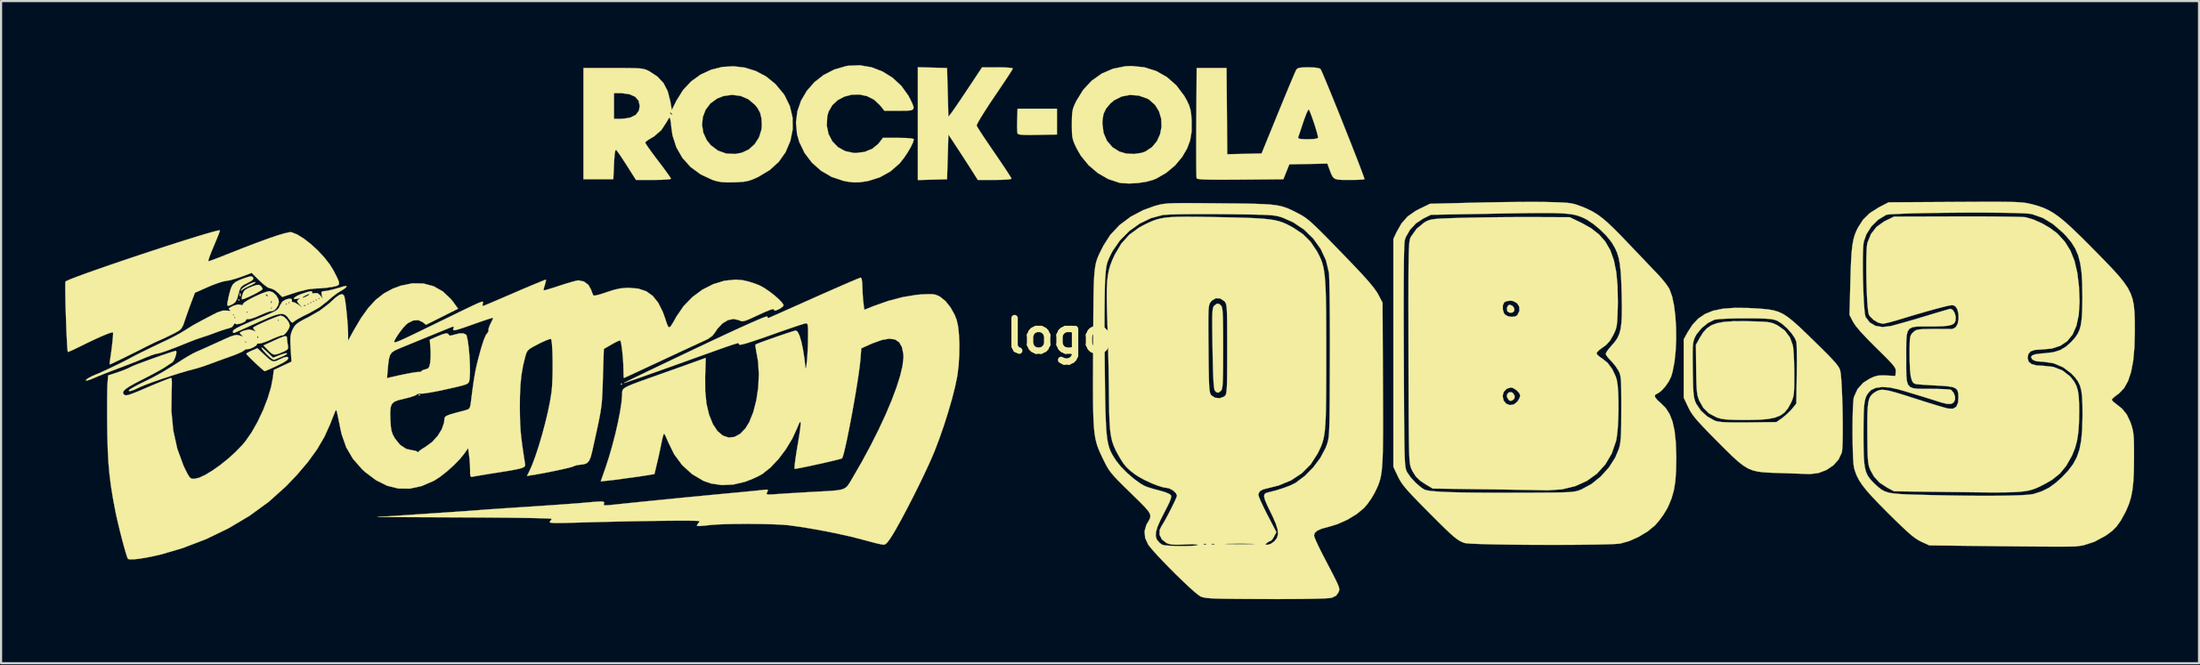
<source format=kicad_pcb>
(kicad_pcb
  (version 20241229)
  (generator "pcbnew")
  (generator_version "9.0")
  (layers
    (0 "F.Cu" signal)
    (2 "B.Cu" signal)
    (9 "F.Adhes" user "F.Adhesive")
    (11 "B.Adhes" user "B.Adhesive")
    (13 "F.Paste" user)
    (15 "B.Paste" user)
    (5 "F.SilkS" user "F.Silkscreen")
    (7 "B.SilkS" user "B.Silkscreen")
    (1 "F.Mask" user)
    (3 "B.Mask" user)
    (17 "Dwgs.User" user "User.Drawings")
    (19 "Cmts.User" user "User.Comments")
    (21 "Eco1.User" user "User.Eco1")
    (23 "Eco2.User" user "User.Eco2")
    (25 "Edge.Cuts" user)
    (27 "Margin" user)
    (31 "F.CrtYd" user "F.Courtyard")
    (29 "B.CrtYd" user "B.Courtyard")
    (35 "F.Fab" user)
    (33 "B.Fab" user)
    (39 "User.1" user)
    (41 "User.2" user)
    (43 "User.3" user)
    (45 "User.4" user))
  (footprint "logov2"
    (layer "F.Cu")
    (at 47.849 12.675)
    (property "Reference" "logov2" (at 0 0 0) (layer "F.SilkS") (effects (font (size 1.524 1.524) (thickness 0.3))))
    (attr through_hole)
    (fp_poly (pts (xy -39.688 -1.683) (xy -39.719 -1.651) (xy -39.751 -1.683) (xy -39.719 -1.714) (xy -39.688 -1.683)) (stroke (width 0.01) (type solid)) (fill yes) (layer "F.SilkS"))
    (fp_poly (pts (xy -31.242 2.762) (xy -31.274 2.794) (xy -31.305 2.762) (xy -31.274 2.731) (xy -31.242 2.762)) (stroke (width 0.01) (type solid)) (fill yes) (layer "F.SilkS"))
    (fp_poly (pts (xy -21.78 2.254) (xy -21.812 2.286) (xy -21.844 2.254) (xy -21.812 2.223) (xy -21.78 2.254)) (stroke (width 0.01) (type solid)) (fill yes) (layer "F.SilkS"))
    (fp_poly (pts (xy -39.644 -1.98) (xy -39.637 -1.881) (xy -39.649 -1.859) (xy -39.678 -1.878) (xy -39.682 -1.942) (xy -39.667 -2.01) (xy -39.644 -1.98)) (stroke (width 0.01) (type solid)) (fill yes) (layer "F.SilkS"))
    (fp_poly (pts (xy 19.894 -1.409) (xy 19.976 -1.292) (xy 19.98 -1.176) (xy 19.894 -1.097) (xy 19.766 -1.086) (xy 19.661 -1.145) (xy 19.644 -1.175) (xy 19.633 -1.319) (xy 19.693 -1.43) (xy 19.77 -1.46) (xy 19.894 -1.409)) (stroke (width 0.01) (type solid)) (fill yes) (layer "F.SilkS"))
    (fp_poly (pts (xy 19.915 2.674) (xy 19.992 2.796) (xy 19.985 2.927) (xy 19.902 3.009) (xy 19.804 3.043) (xy 19.748 3.021) (xy 19.698 2.972) (xy 19.629 2.844) (xy 19.647 2.722) (xy 19.726 2.64) (xy 19.842 2.632) (xy 19.915 2.674)) (stroke (width 0.01) (type solid)) (fill yes) (layer "F.SilkS"))
    (fp_poly (pts (xy -1.429 -9.43) (xy -2.335 -9.412) (xy -2.707 -9.407) (xy -2.97 -9.411) (xy -3.141 -9.423) (xy -3.237 -9.447) (xy -3.274 -9.481) (xy -3.287 -9.581) (xy -3.293 -9.773) (xy -3.291 -10.019) (xy -3.289 -10.102) (xy -3.27 -10.636) (xy -1.429 -10.636) (xy -1.429 -9.43)) (stroke (width 0.01) (type solid)) (fill yes) (layer "F.SilkS"))
    (fp_poly (pts (xy -38.942 -2.514) (xy -38.975 -2.473) (xy -39.097 -2.403) (xy -39.217 -2.347) (xy -39.403 -2.258) (xy -39.539 -2.176) (xy -39.58 -2.139) (xy -39.617 -2.106) (xy -39.61 -2.159) (xy -39.547 -2.232) (xy -39.413 -2.325) (xy -39.246 -2.418) (xy -39.086 -2.49) (xy -38.971 -2.521) (xy -38.942 -2.514)) (stroke (width 0.01) (type solid)) (fill yes) (layer "F.SilkS"))
    (fp_poly (pts (xy -38.587 0.581) (xy -38.437 0.713) (xy -38.396 0.752) (xy -38.121 1.022) (xy -37.793 0.893) (xy -37.615 0.832) (xy -37.496 0.808) (xy -37.465 0.82) (xy -37.484 0.854) (xy -37.556 0.9) (xy -37.698 0.966) (xy -37.932 1.064) (xy -38.07 1.119) (xy -38.145 1.091) (xy -38.275 0.992) (xy -38.403 0.872) (xy -38.567 0.694) (xy -38.652 0.58) (xy -38.659 0.539) (xy -38.587 0.581)) (stroke (width 0.01) (type solid)) (fill yes) (layer "F.SilkS"))
    (fp_poly (pts (xy -37.478 0.038) (xy -37.465 0.109) (xy -37.465 0.119) (xy -37.453 0.267) (xy -37.426 0.436) (xy -37.411 0.555) (xy -37.445 0.633) (xy -37.553 0.702) (xy -37.685 0.761) (xy -37.903 0.848) (xy -38.049 0.876) (xy -38.164 0.839) (xy -38.292 0.73) (xy -38.353 0.668) (xy -38.567 0.447) (xy -38.084 0.223) (xy -37.811 0.1) (xy -37.631 0.03) (xy -37.527 0.011) (xy -37.478 0.038)) (stroke (width 0.01) (type solid)) (fill yes) (layer "F.SilkS"))
    (fp_poly (pts (xy -38.704 -2.35) (xy -38.623 -2.248) (xy -38.608 -2.194) (xy -38.661 -2.143) (xy -38.798 -2.059) (xy -38.986 -1.958) (xy -39.192 -1.858) (xy -39.383 -1.774) (xy -39.526 -1.722) (xy -39.572 -1.714) (xy -39.586 -1.767) (xy -39.563 -1.897) (xy -39.557 -1.916) (xy -39.509 -2.052) (xy -39.437 -2.146) (xy -39.311 -2.224) (xy -39.1 -2.314) (xy -39.069 -2.326) (xy -38.886 -2.386) (xy -38.773 -2.388) (xy -38.704 -2.35)) (stroke (width 0.01) (type solid)) (fill yes) (layer "F.SilkS"))
    (fp_poly (pts (xy -39.077 -2.763) (xy -39.052 -2.73) (xy -39.041 -2.663) (xy -39.11 -2.592) (xy -39.277 -2.498) (xy -39.321 -2.477) (xy -39.508 -2.379) (xy -39.617 -2.288) (xy -39.683 -2.158) (xy -39.74 -1.95) (xy -39.807 -1.722) (xy -39.886 -1.583) (xy -39.998 -1.496) (xy -40.009 -1.49) (xy -40.163 -1.417) (xy -40.236 -1.408) (xy -40.258 -1.464) (xy -40.259 -1.495) (xy -40.244 -1.604) (xy -40.205 -1.794) (xy -40.155 -2.007) (xy -40.086 -2.245) (xy -40.004 -2.407) (xy -39.879 -2.523) (xy -39.683 -2.621) (xy -39.447 -2.709) (xy -39.251 -2.772) (xy -39.139 -2.789) (xy -39.077 -2.763)) (stroke (width 0.01) (type solid)) (fill yes) (layer "F.SilkS"))
    (fp_poly (pts (xy -38.516 0.891) (xy -38.322 1.068) (xy -38.185 1.166) (xy -38.074 1.195) (xy -37.957 1.166) (xy -37.859 1.119) (xy -37.618 1.01) (xy -37.469 0.977) (xy -37.405 1.018) (xy -37.401 1.048) (xy -37.462 1.132) (xy -37.642 1.25) (xy -37.937 1.399) (xy -37.942 1.401) (xy -38.18 1.51) (xy -38.371 1.594) (xy -38.488 1.643) (xy -38.512 1.651) (xy -38.567 1.611) (xy -38.693 1.502) (xy -38.865 1.346) (xy -38.955 1.263) (xy -39.139 1.086) (xy -39.281 0.942) (xy -39.36 0.852) (xy -39.369 0.834) (xy -39.316 0.787) (xy -39.182 0.717) (xy -39.109 0.685) (xy -38.85 0.576) (xy -38.516 0.891)) (stroke (width 0.01) (type solid)) (fill yes) (layer "F.SilkS"))
    (fp_poly (pts (xy 6.164 -1.497) (xy 6.25 -1.424) (xy 6.279 -1.381) (xy 6.302 -1.307) (xy 6.319 -1.189) (xy 6.332 -1.013) (xy 6.341 -0.765) (xy 6.346 -0.431) (xy 6.349 0.001) (xy 6.35 0.547) (xy 6.35 0.572) (xy 6.349 1.122) (xy 6.347 1.559) (xy 6.341 1.896) (xy 6.333 2.147) (xy 6.32 2.326) (xy 6.303 2.447) (xy 6.28 2.522) (xy 6.252 2.566) (xy 6.25 2.567) (xy 6.13 2.656) (xy 6.031 2.634) (xy 5.967 2.569) (xy 5.941 2.503) (xy 5.919 2.364) (xy 5.901 2.144) (xy 5.885 1.832) (xy 5.872 1.417) (xy 5.861 0.891) (xy 5.855 0.582) (xy 5.847 0.038) (xy 5.842 -0.392) (xy 5.841 -0.724) (xy 5.845 -0.971) (xy 5.854 -1.148) (xy 5.868 -1.268) (xy 5.889 -1.346) (xy 5.916 -1.396) (xy 5.933 -1.416) (xy 6.058 -1.51) (xy 6.164 -1.497)) (stroke (width 0.01) (type solid)) (fill yes) (layer "F.SilkS"))
    (fp_poly (pts (xy -7.255 -12.559) (xy -6.572 -12.541) (xy -6.509 -10.255) (xy -6.342 -10.477) (xy -6.252 -10.604) (xy -6.107 -10.814) (xy -5.923 -11.084) (xy -5.716 -11.393) (xy -5.554 -11.636) (xy -4.933 -12.573) (xy -4.213 -12.573) (xy -3.927 -12.569) (xy -3.696 -12.557) (xy -3.542 -12.539) (xy -3.493 -12.52) (xy -3.527 -12.455) (xy -3.623 -12.3) (xy -3.772 -12.071) (xy -3.964 -11.783) (xy -4.188 -11.45) (xy -4.354 -11.205) (xy -4.594 -10.849) (xy -4.805 -10.523) (xy -4.98 -10.243) (xy -5.107 -10.026) (xy -5.178 -9.887) (xy -5.188 -9.845) (xy -5.146 -9.766) (xy -5.041 -9.599) (xy -4.886 -9.361) (xy -4.69 -9.069) (xy -4.465 -8.737) (xy -4.359 -8.583) (xy -4.126 -8.243) (xy -3.92 -7.937) (xy -3.75 -7.681) (xy -3.628 -7.49) (xy -3.564 -7.38) (xy -3.556 -7.361) (xy -3.616 -7.338) (xy -3.779 -7.32) (xy -4.022 -7.308) (xy -4.323 -7.303) (xy -4.344 -7.303) (xy -5.132 -7.303) (xy -5.392 -7.714) (xy -5.536 -7.94) (xy -5.723 -8.23) (xy -5.927 -8.544) (xy -6.08 -8.778) (xy -6.509 -9.43) (xy -6.572 -7.334) (xy -7.938 -7.298) (xy -7.938 -12.577) (xy -7.255 -12.559)) (stroke (width 0.01) (type solid)) (fill yes) (layer "F.SilkS"))
    (fp_poly (pts (xy 30.903 -0.687) (xy 31.299 -0.678) (xy 31.591 -0.667) (xy 31.805 -0.652) (xy 31.963 -0.627) (xy 32.089 -0.591) (xy 32.208 -0.54) (xy 32.305 -0.491) (xy 32.643 -0.249) (xy 32.881 0.072) (xy 33.015 0.445) (xy 33.038 0.607) (xy 33.057 0.867) (xy 33.072 1.194) (xy 33.08 1.56) (xy 33.082 1.766) (xy 33.081 2.156) (xy 33.077 2.444) (xy 33.065 2.654) (xy 33.043 2.812) (xy 33.008 2.941) (xy 32.957 3.068) (xy 32.921 3.146) (xy 32.785 3.391) (xy 32.627 3.582) (xy 32.429 3.724) (xy 32.176 3.824) (xy 31.85 3.889) (xy 31.434 3.923) (xy 30.912 3.934) (xy 30.805 3.934) (xy 30.391 3.931) (xy 30.079 3.922) (xy 29.846 3.905) (xy 29.669 3.878) (xy 29.521 3.839) (xy 29.438 3.809) (xy 29.085 3.623) (xy 28.824 3.364) (xy 28.639 3.035) (xy 28.589 2.907) (xy 28.553 2.774) (xy 28.528 2.612) (xy 28.511 2.399) (xy 28.5 2.111) (xy 28.493 1.728) (xy 28.491 1.566) (xy 28.48 0.413) (xy 28.667 0.075) (xy 28.822 -0.17) (xy 28.996 -0.359) (xy 29.205 -0.5) (xy 29.467 -0.597) (xy 29.799 -0.658) (xy 30.218 -0.687) (xy 30.74 -0.69) (xy 30.903 -0.687)) (stroke (width 0.01) (type solid)) (fill yes) (layer "F.SilkS"))
    (fp_poly (pts (xy -10.111 -12.577) (xy -9.592 -12.378) (xy -9.118 -12.083) (xy -8.708 -11.701) (xy -8.38 -11.243) (xy -8.303 -11.097) (xy -8.192 -10.865) (xy -8.138 -10.709) (xy -8.154 -10.613) (xy -8.253 -10.563) (xy -8.45 -10.544) (xy -8.758 -10.541) (xy -8.816 -10.541) (xy -9.504 -10.541) (xy -9.713 -10.802) (xy -9.992 -11.061) (xy -10.319 -11.226) (xy -10.674 -11.302) (xy -11.035 -11.292) (xy -11.381 -11.202) (xy -11.692 -11.036) (xy -11.945 -10.799) (xy -12.12 -10.494) (xy -12.178 -10.286) (xy -12.202 -9.848) (xy -12.12 -9.452) (xy -11.943 -9.111) (xy -11.682 -8.84) (xy -11.349 -8.654) (xy -10.955 -8.568) (xy -10.838 -8.563) (xy -10.431 -8.614) (xy -10.075 -8.759) (xy -9.794 -8.986) (xy -9.749 -9.041) (xy -9.573 -9.271) (xy -8.851 -9.271) (xy -8.501 -9.265) (xy -8.262 -9.248) (xy -8.142 -9.22) (xy -8.128 -9.204) (xy -8.165 -9.06) (xy -8.265 -8.85) (xy -8.408 -8.604) (xy -8.576 -8.352) (xy -8.75 -8.127) (xy -8.808 -8.061) (xy -9.225 -7.7) (xy -9.717 -7.426) (xy -10.255 -7.256) (xy -10.315 -7.244) (xy -10.651 -7.194) (xy -10.934 -7.187) (xy -11.23 -7.222) (xy -11.43 -7.262) (xy -11.976 -7.445) (xy -12.47 -7.733) (xy -12.897 -8.112) (xy -13.242 -8.568) (xy -13.49 -9.084) (xy -13.593 -9.447) (xy -13.643 -9.987) (xy -13.577 -10.514) (xy -13.405 -11.014) (xy -13.135 -11.473) (xy -12.78 -11.878) (xy -12.348 -12.215) (xy -11.851 -12.47) (xy -11.298 -12.63) (xy -11.208 -12.646) (xy -10.656 -12.67) (xy -10.111 -12.577)) (stroke (width 0.01) (type solid)) (fill yes) (layer "F.SilkS"))
    (fp_poly (pts (xy 2.66 -12.576) (xy 3.218 -12.4) (xy 3.723 -12.114) (xy 4.164 -11.724) (xy 4.53 -11.237) (xy 4.654 -11.017) (xy 4.755 -10.801) (xy 4.818 -10.601) (xy 4.855 -10.371) (xy 4.876 -10.062) (xy 4.876 -10.058) (xy 4.874 -9.571) (xy 4.806 -9.158) (xy 4.664 -8.775) (xy 4.435 -8.382) (xy 4.099 -7.979) (xy 3.678 -7.629) (xy 3.211 -7.362) (xy 3.068 -7.304) (xy 2.743 -7.215) (xy 2.354 -7.157) (xy 1.955 -7.136) (xy 1.599 -7.155) (xy 1.481 -7.174) (xy 0.969 -7.345) (xy 0.485 -7.624) (xy 0.051 -7.994) (xy -0.309 -8.435) (xy -0.492 -8.751) (xy -0.599 -8.973) (xy -0.668 -9.148) (xy -0.707 -9.314) (xy -0.725 -9.512) (xy -0.73 -9.782) (xy -0.73 -9.904) (xy -0.73 -9.932) (xy 0.699 -9.932) (xy 0.754 -9.499) (xy 0.915 -9.128) (xy 1.176 -8.829) (xy 1.492 -8.629) (xy 1.816 -8.536) (xy 2.185 -8.517) (xy 2.541 -8.571) (xy 2.703 -8.629) (xy 3.017 -8.834) (xy 3.249 -9.112) (xy 3.4 -9.441) (xy 3.468 -9.798) (xy 3.453 -10.16) (xy 3.353 -10.505) (xy 3.168 -10.81) (xy 2.898 -11.053) (xy 2.791 -11.114) (xy 2.396 -11.252) (xy 1.99 -11.282) (xy 1.598 -11.207) (xy 1.247 -11.03) (xy 1.067 -10.877) (xy 0.866 -10.635) (xy 0.751 -10.392) (xy 0.703 -10.1) (xy 0.699 -9.932) (xy -0.73 -9.932) (xy -0.727 -10.214) (xy -0.714 -10.436) (xy -0.684 -10.609) (xy -0.628 -10.771) (xy -0.54 -10.961) (xy -0.528 -10.987) (xy -0.203 -11.515) (xy 0.2 -11.949) (xy 0.672 -12.283) (xy 1.202 -12.51) (xy 1.78 -12.624) (xy 2.058 -12.636) (xy 2.66 -12.576)) (stroke (width 0.01) (type solid)) (fill yes) (layer "F.SilkS"))
    (fp_poly (pts (xy 10.645 -12.562) (xy 10.839 -12.53) (xy 10.908 -12.494) (xy 10.948 -12.415) (xy 11.027 -12.236) (xy 11.14 -11.97) (xy 11.279 -11.633) (xy 11.441 -11.239) (xy 11.618 -10.803) (xy 11.805 -10.339) (xy 11.995 -9.862) (xy 12.184 -9.386) (xy 12.366 -8.927) (xy 12.533 -8.499) (xy 12.682 -8.117) (xy 12.805 -7.794) (xy 12.897 -7.547) (xy 12.952 -7.389) (xy 12.965 -7.335) (xy 12.892 -7.322) (xy 12.72 -7.311) (xy 12.476 -7.304) (xy 12.253 -7.303) (xy 11.936 -7.304) (xy 11.721 -7.318) (xy 11.58 -7.356) (xy 11.488 -7.434) (xy 11.417 -7.563) (xy 11.342 -7.757) (xy 11.34 -7.765) (xy 11.228 -8.068) (xy 10.338 -8.05) (xy 9.449 -8.033) (xy 9.168 -7.334) (xy 7.154 -7.317) (xy 6.57 -7.314) (xy 6.101 -7.313) (xy 5.737 -7.316) (xy 5.468 -7.324) (xy 5.282 -7.335) (xy 5.168 -7.352) (xy 5.115 -7.373) (xy 5.109 -7.381) (xy 5.103 -7.46) (xy 5.098 -7.653) (xy 5.094 -7.944) (xy 5.092 -8.32) (xy 5.091 -8.767) (xy 5.092 -9.271) (xy 5.094 -9.818) (xy 5.095 -10.001) (xy 5.112 -12.541) (xy 6.509 -12.541) (xy 6.526 -10.523) (xy 6.542 -8.505) (xy 7.346 -8.523) (xy 8.15 -8.541) (xy 8.455 -9.287) (xy 9.858 -9.287) (xy 9.877 -9.244) (xy 9.984 -9.219) (xy 10.195 -9.208) (xy 10.312 -9.207) (xy 10.594 -9.217) (xy 10.755 -9.245) (xy 10.795 -9.28) (xy 10.776 -9.39) (xy 10.727 -9.575) (xy 10.657 -9.806) (xy 10.576 -10.052) (xy 10.495 -10.284) (xy 10.423 -10.472) (xy 10.371 -10.585) (xy 10.353 -10.604) (xy 10.311 -10.548) (xy 10.242 -10.396) (xy 10.157 -10.173) (xy 10.092 -9.985) (xy 10.004 -9.718) (xy 9.928 -9.492) (xy 9.875 -9.336) (xy 9.858 -9.287) (xy 8.455 -9.287) (xy 8.928 -10.446) (xy 9.119 -10.912) (xy 9.297 -11.344) (xy 9.456 -11.726) (xy 9.59 -12.044) (xy 9.692 -12.283) (xy 9.757 -12.428) (xy 9.774 -12.462) (xy 9.834 -12.52) (xy 9.942 -12.554) (xy 10.128 -12.57) (xy 10.343 -12.573) (xy 10.645 -12.562)) (stroke (width 0.01) (type solid)) (fill yes) (layer "F.SilkS"))
    (fp_poly (pts (xy -37.614 -0.899) (xy -37.474 -0.769) (xy -37.369 -0.605) (xy -37.338 -0.476) (xy -37.372 -0.361) (xy -37.454 -0.224) (xy -37.556 -0.1) (xy -37.65 -0.026) (xy -37.702 -0.025) (xy -37.768 -0.013) (xy -37.92 0.043) (xy -38.129 0.131) (xy -38.21 0.168) (xy -38.442 0.265) (xy -38.636 0.332) (xy -38.758 0.357) (xy -38.777 0.354) (xy -38.852 0.357) (xy -38.862 0.381) (xy -38.915 0.451) (xy -39.039 0.531) (xy -39.186 0.596) (xy -39.306 0.621) (xy -39.327 0.617) (xy -39.426 0.638) (xy -39.465 0.673) (xy -39.551 0.73) (xy -39.726 0.812) (xy -39.958 0.906) (xy -40.069 0.946) (xy -40.384 1.059) (xy -40.722 1.181) (xy -41.016 1.29) (xy -41.053 1.304) (xy -41.31 1.396) (xy -41.556 1.477) (xy -41.736 1.53) (xy -42.084 1.622) (xy -42.486 1.74) (xy -42.914 1.875) (xy -43.342 2.017) (xy -43.741 2.156) (xy -44.085 2.285) (xy -44.346 2.393) (xy -44.428 2.432) (xy -44.643 2.531) (xy -44.796 2.58) (xy -44.868 2.575) (xy -44.862 2.539) (xy -44.788 2.481) (xy -44.623 2.384) (xy -44.395 2.263) (xy -44.171 2.153) (xy -43.839 1.99) (xy -43.536 1.83) (xy -43.229 1.656) (xy -42.889 1.449) (xy -42.485 1.192) (xy -42.355 1.107) (xy -42.114 0.96) (xy -41.877 0.826) (xy -41.692 0.736) (xy -41.688 0.734) (xy -41.534 0.668) (xy -41.295 0.562) (xy -41.004 0.43) (xy -40.69 0.288) (xy -40.686 0.286) (xy -39.434 0.286) (xy -39.402 0.318) (xy -39.37 0.286) (xy -39.402 0.254) (xy -39.434 0.286) (xy -40.686 0.286) (xy -40.652 0.27) (xy -40.333 0.126) (xy -40.185 0.064) (xy -38.862 0.064) (xy -38.839 0.116) (xy -38.82 0.106) (xy -38.812 0.03) (xy -38.82 0.021) (xy -38.857 0.03) (xy -38.862 0.064) (xy -40.185 0.064) (xy -40.105 0.03) (xy -39.946 -0.025) (xy -39.832 -0.045) (xy -39.741 -0.037) (xy -39.668 -0.014) (xy -39.543 0.028) (xy -39.522 0.02) (xy -39.576 -0.025) (xy -39.667 -0.109) (xy -39.661 -0.169) (xy -39.548 -0.225) (xy -39.443 -0.259) (xy -39.244 -0.3) (xy -39.094 -0.275) (xy -39.046 -0.253) (xy -38.947 -0.207) (xy -38.944 -0.226) (xy -38.973 -0.259) (xy -39.041 -0.351) (xy -39.053 -0.385) (xy -38.998 -0.428) (xy -38.854 -0.504) (xy -38.651 -0.601) (xy -38.415 -0.706) (xy -38.357 -0.73) (xy -37.91 -0.73) (xy -37.878 -0.699) (xy -37.846 -0.73) (xy -37.878 -0.762) (xy -37.91 -0.73) (xy -38.357 -0.73) (xy -38.178 -0.806) (xy -37.967 -0.888) (xy -37.813 -0.941) (xy -37.754 -0.953) (xy -37.614 -0.899)) (stroke (width 0.01) (type solid)) (fill yes) (layer "F.SilkS"))
    (fp_poly (pts (xy 30.923 -1.308) (xy 31.214 -1.293) (xy 31.574 -1.269) (xy 31.873 -1.239) (xy 32.127 -1.194) (xy 32.354 -1.124) (xy 32.571 -1.02) (xy 32.796 -0.872) (xy 33.046 -0.671) (xy 33.339 -0.407) (xy 33.692 -0.071) (xy 34.014 0.242) (xy 34.381 0.603) (xy 34.666 0.888) (xy 34.88 1.112) (xy 35.033 1.285) (xy 35.135 1.419) (xy 35.198 1.528) (xy 35.232 1.619) (xy 35.259 1.786) (xy 35.283 2.054) (xy 35.304 2.402) (xy 35.322 2.807) (xy 35.337 3.248) (xy 35.346 3.702) (xy 35.351 4.148) (xy 35.351 4.565) (xy 35.346 4.929) (xy 35.334 5.219) (xy 35.316 5.413) (xy 35.307 5.46) (xy 35.157 5.782) (xy 34.908 6.06) (xy 34.585 6.277) (xy 34.211 6.418) (xy 33.813 6.466) (xy 33.755 6.465) (xy 33.606 6.458) (xy 33.357 6.449) (xy 33.035 6.438) (xy 32.668 6.426) (xy 32.385 6.417) (xy 31.979 6.403) (xy 31.647 6.384) (xy 31.369 6.349) (xy 31.129 6.29) (xy 30.908 6.198) (xy 30.687 6.062) (xy 30.449 5.875) (xy 30.175 5.625) (xy 29.847 5.304) (xy 29.452 4.908) (xy 29.091 4.543) (xy 28.809 4.25) (xy 28.592 4.016) (xy 28.429 3.825) (xy 28.307 3.663) (xy 28.212 3.514) (xy 28.132 3.362) (xy 28.119 3.334) (xy 27.908 2.889) (xy 27.908 0.75) (xy 28.325 0.75) (xy 28.325 1.055) (xy 28.33 1.462) (xy 28.332 1.601) (xy 28.34 2.043) (xy 28.349 2.378) (xy 28.362 2.627) (xy 28.381 2.81) (xy 28.407 2.948) (xy 28.443 3.061) (xy 28.491 3.171) (xy 28.501 3.189) (xy 28.715 3.502) (xy 29.014 3.773) (xy 29.355 3.964) (xy 29.389 3.977) (xy 29.516 4.009) (xy 29.705 4.031) (xy 29.974 4.045) (xy 30.336 4.051) (xy 30.806 4.049) (xy 30.935 4.048) (xy 32.247 4.032) (xy 32.517 3.842) (xy 32.725 3.672) (xy 32.925 3.474) (xy 32.982 3.407) (xy 33.179 3.164) (xy 33.199 1.823) (xy 33.204 1.41) (xy 33.204 1.029) (xy 33.201 0.701) (xy 33.194 0.45) (xy 33.184 0.298) (xy 33.181 0.278) (xy 33.103 0.091) (xy 32.948 -0.133) (xy 32.745 -0.36) (xy 32.522 -0.559) (xy 32.311 -0.697) (xy 32.291 -0.707) (xy 32.185 -0.748) (xy 32.059 -0.778) (xy 31.894 -0.799) (xy 31.67 -0.813) (xy 31.366 -0.821) (xy 30.962 -0.824) (xy 30.791 -0.824) (xy 30.309 -0.821) (xy 29.905 -0.809) (xy 29.593 -0.791) (xy 29.387 -0.766) (xy 29.331 -0.753) (xy 29.036 -0.603) (xy 28.751 -0.371) (xy 28.523 -0.099) (xy 28.449 0.029) (xy 28.403 0.133) (xy 28.368 0.236) (xy 28.345 0.36) (xy 28.331 0.525) (xy 28.325 0.75) (xy 27.908 0.75) (xy 27.908 0.159) (xy 28.099 -0.186) (xy 28.327 -0.536) (xy 28.593 -0.816) (xy 28.907 -1.029) (xy 29.285 -1.18) (xy 29.738 -1.274) (xy 30.28 -1.315) (xy 30.923 -1.308)) (stroke (width 0.01) (type solid)) (fill yes) (layer "F.SilkS"))
    (fp_poly (pts (xy -40.607 -4.941) (xy -40.622 -4.878) (xy -40.68 -4.722) (xy -40.771 -4.496) (xy -40.886 -4.223) (xy -40.893 -4.206) (xy -41.006 -3.934) (xy -41.092 -3.709) (xy -41.142 -3.555) (xy -41.148 -3.493) (xy -41.146 -3.493) (xy -41.07 -3.515) (xy -40.899 -3.576) (xy -40.657 -3.668) (xy -40.367 -3.782) (xy -40.28 -3.817) (xy -39.528 -4.113) (xy -38.879 -4.362) (xy -38.334 -4.561) (xy -37.896 -4.71) (xy -37.567 -4.808) (xy -37.349 -4.854) (xy -37.263 -4.855) (xy -36.998 -4.753) (xy -36.689 -4.564) (xy -36.358 -4.307) (xy -36.028 -4.005) (xy -35.722 -3.677) (xy -35.462 -3.344) (xy -35.289 -3.062) (xy -35.141 -2.775) (xy -35.052 -2.58) (xy -35.025 -2.456) (xy -35.06 -2.381) (xy -35.159 -2.336) (xy -35.325 -2.3) (xy -35.347 -2.295) (xy -35.629 -2.253) (xy -35.943 -2.227) (xy -36.091 -2.223) (xy -36.47 -2.185) (xy -36.934 -2.07) (xy -37.083 -2.023) (xy -37.691 -1.824) (xy -37.891 -2.023) (xy -38.046 -2.147) (xy -38.195 -2.217) (xy -38.236 -2.223) (xy -38.37 -2.272) (xy -38.565 -2.416) (xy -38.75 -2.587) (xy -39.118 -2.951) (xy -39.609 -2.768) (xy -39.871 -2.68) (xy -40.116 -2.612) (xy -40.299 -2.577) (xy -40.322 -2.576) (xy -40.474 -2.546) (xy -40.704 -2.473) (xy -40.977 -2.371) (xy -41.16 -2.293) (xy -41.776 -2.021) (xy -41.937 -1.598) (xy -42.048 -1.298) (xy -42.166 -0.964) (xy -42.243 -0.74) (xy -42.321 -0.513) (xy -42.394 -0.369) (xy -42.493 -0.267) (xy -42.652 -0.171) (xy -42.799 -0.095) (xy -43.039 0.023) (xy -43.266 0.13) (xy -43.424 0.2) (xy -43.584 0.271) (xy -43.812 0.379) (xy -44.06 0.503) (xy -44.091 0.519) (xy -44.35 0.651) (xy -44.64 0.796) (xy -44.937 0.942) (xy -45.218 1.08) (xy -45.462 1.198) (xy -45.645 1.285) (xy -45.746 1.33) (xy -45.758 1.333) (xy -45.765 1.279) (xy -45.752 1.159) (xy -45.707 0.858) (xy -45.667 0.554) (xy -45.635 0.272) (xy -45.613 0.04) (xy -45.605 -0.115) (xy -45.611 -0.166) (xy -45.687 -0.16) (xy -45.86 -0.101) (xy -46.114 0.003) (xy -46.434 0.146) (xy -46.804 0.322) (xy -47.076 0.456) (xy -47.329 0.58) (xy -47.538 0.677) (xy -47.677 0.736) (xy -47.724 0.748) (xy -47.737 0.676) (xy -47.752 0.498) (xy -47.767 0.235) (xy -47.783 -0.092) (xy -47.798 -0.463) (xy -47.812 -0.857) (xy -47.825 -1.253) (xy -47.835 -1.63) (xy -47.841 -1.968) (xy -47.844 -2.246) (xy -47.842 -2.444) (xy -47.835 -2.54) (xy -47.833 -2.545) (xy -47.742 -2.594) (xy -47.547 -2.677) (xy -47.259 -2.787) (xy -46.892 -2.922) (xy -46.458 -3.076) (xy -45.971 -3.246) (xy -45.443 -3.427) (xy -44.887 -3.615) (xy -44.317 -3.806) (xy -43.744 -3.995) (xy -43.182 -4.179) (xy -42.643 -4.353) (xy -42.141 -4.512) (xy -41.689 -4.652) (xy -41.298 -4.77) (xy -40.983 -4.861) (xy -40.755 -4.92) (xy -40.628 -4.944) (xy -40.607 -4.941)) (stroke (width 0.01) (type solid)) (fill yes) (layer "F.SilkS"))
    (fp_poly (pts (xy 20.86 -5.563) (xy 22.574 -5.556) (xy 23.127 -5.29) (xy 23.572 -5.042) (xy 23.941 -4.754) (xy 24.238 -4.416) (xy 24.469 -4.016) (xy 24.638 -3.544) (xy 24.751 -2.988) (xy 24.811 -2.337) (xy 24.824 -1.581) (xy 24.82 -1.355) (xy 24.809 -0.985) (xy 24.796 -0.715) (xy 24.776 -0.516) (xy 24.745 -0.363) (xy 24.697 -0.226) (xy 24.629 -0.078) (xy 24.606 -0.032) (xy 24.45 0.234) (xy 24.274 0.424) (xy 24.114 0.54) (xy 23.947 0.663) (xy 23.846 0.772) (xy 23.829 0.824) (xy 23.891 0.91) (xy 24.026 1.016) (xy 24.089 1.054) (xy 24.345 1.26) (xy 24.567 1.558) (xy 24.732 1.914) (xy 24.775 2.059) (xy 24.814 2.3) (xy 24.84 2.636) (xy 24.853 3.037) (xy 24.854 3.471) (xy 24.843 3.907) (xy 24.82 4.315) (xy 24.785 4.664) (xy 24.742 4.915) (xy 24.539 5.504) (xy 24.239 6.015) (xy 23.85 6.443) (xy 23.379 6.784) (xy 22.832 7.031) (xy 22.216 7.18) (xy 21.54 7.226) (xy 21.431 7.224) (xy 21.282 7.22) (xy 21.022 7.215) (xy 20.669 7.209) (xy 20.238 7.202) (xy 19.748 7.194) (xy 19.214 7.186) (xy 18.653 7.178) (xy 18.605 7.178) (xy 16.161 7.144) (xy 15.859 6.966) (xy 15.572 6.776) (xy 15.37 6.58) (xy 15.218 6.339) (xy 15.163 6.223) (xy 15.14 6.168) (xy 15.12 6.108) (xy 15.103 6.033) (xy 15.088 5.935) (xy 15.076 5.807) (xy 15.065 5.638) (xy 15.057 5.421) (xy 15.05 5.146) (xy 15.044 4.806) (xy 15.04 4.392) (xy 15.036 3.894) (xy 15.033 3.306) (xy 15.032 2.808) (xy 19.431 2.808) (xy 19.479 3.028) (xy 19.604 3.175) (xy 19.774 3.238) (xy 19.96 3.206) (xy 20.125 3.071) (xy 20.217 2.922) (xy 20.256 2.793) (xy 20.256 2.79) (xy 20.205 2.669) (xy 20.081 2.541) (xy 19.929 2.443) (xy 19.818 2.413) (xy 19.627 2.47) (xy 19.486 2.615) (xy 19.431 2.808) (xy 15.032 2.808) (xy 15.031 2.617) (xy 15.029 1.82) (xy 15.027 0.905) (xy 15.027 0.762) (xy 15.026 -0.171) (xy 15.025 -0.986) (xy 15.024 -1.244) (xy 19.44 -1.244) (xy 19.495 -1.064) (xy 19.536 -1.005) (xy 19.675 -0.922) (xy 19.858 -0.891) (xy 20.03 -0.914) (xy 20.117 -0.969) (xy 20.218 -1.171) (xy 20.21 -1.37) (xy 20.106 -1.534) (xy 19.923 -1.634) (xy 19.79 -1.651) (xy 19.623 -1.629) (xy 19.508 -1.576) (xy 19.507 -1.575) (xy 19.443 -1.434) (xy 19.44 -1.244) (xy 15.024 -1.244) (xy 15.024 -1.69) (xy 15.025 -2.293) (xy 15.026 -2.803) (xy 15.029 -3.228) (xy 15.034 -3.577) (xy 15.039 -3.858) (xy 15.047 -4.08) (xy 15.056 -4.251) (xy 15.068 -4.379) (xy 15.082 -4.474) (xy 15.098 -4.544) (xy 15.117 -4.596) (xy 15.136 -4.636) (xy 15.407 -5.017) (xy 15.759 -5.306) (xy 15.843 -5.355) (xy 15.933 -5.398) (xy 16.032 -5.432) (xy 16.159 -5.458) (xy 16.33 -5.479) (xy 16.564 -5.495) (xy 16.878 -5.508) (xy 17.29 -5.521) (xy 17.621 -5.53) (xy 18.143 -5.541) (xy 18.748 -5.551) (xy 19.394 -5.558) (xy 20.038 -5.562) (xy 20.638 -5.563) (xy 20.86 -5.563)) (stroke (width 0.01) (type solid)) (fill yes) (layer "F.SilkS"))
    (fp_poly (pts (xy -16.04 -12.561) (xy -15.526 -12.402) (xy -15.043 -12.146) (xy -14.605 -11.791) (xy -14.227 -11.337) (xy -14.169 -11.249) (xy -13.929 -10.756) (xy -13.804 -10.223) (xy -13.797 -9.671) (xy -13.905 -9.135) (xy -14.129 -8.604) (xy -14.449 -8.15) (xy -14.871 -7.767) (xy -15.4 -7.449) (xy -15.466 -7.418) (xy -15.692 -7.318) (xy -15.885 -7.255) (xy -16.091 -7.218) (xy -16.353 -7.199) (xy -16.542 -7.192) (xy -16.878 -7.188) (xy -17.132 -7.203) (xy -17.347 -7.242) (xy -17.555 -7.306) (xy -18.106 -7.563) (xy -18.578 -7.91) (xy -18.96 -8.337) (xy -19.243 -8.832) (xy -19.421 -9.384) (xy -19.472 -9.734) (xy -19.487 -9.877) (xy -18.041 -9.877) (xy -17.98 -9.507) (xy -17.817 -9.158) (xy -17.632 -8.929) (xy -17.294 -8.674) (xy -16.91 -8.537) (xy -16.488 -8.518) (xy -16.175 -8.576) (xy -15.85 -8.729) (xy -15.576 -8.977) (xy -15.372 -9.295) (xy -15.258 -9.655) (xy -15.241 -9.85) (xy -15.257 -10.184) (xy -15.318 -10.44) (xy -15.44 -10.664) (xy -15.571 -10.827) (xy -15.875 -11.081) (xy -16.238 -11.236) (xy -16.635 -11.286) (xy -17.041 -11.228) (xy -17.334 -11.113) (xy -17.647 -10.887) (xy -17.872 -10.59) (xy -18.004 -10.246) (xy -18.041 -9.877) (xy -19.487 -9.877) (xy -19.496 -9.965) (xy -19.524 -10.137) (xy -19.55 -10.22) (xy -19.556 -10.223) (xy -19.608 -10.172) (xy -19.682 -10.045) (xy -19.697 -10.015) (xy -19.947 -9.634) (xy -20.287 -9.339) (xy -20.412 -9.266) (xy -20.576 -9.167) (xy -20.68 -9.083) (xy -20.7 -9.049) (xy -20.663 -8.979) (xy -20.561 -8.828) (xy -20.408 -8.614) (xy -20.217 -8.356) (xy -20.097 -8.199) (xy -19.89 -7.926) (xy -19.714 -7.686) (xy -19.582 -7.5) (xy -19.507 -7.384) (xy -19.494 -7.358) (xy -19.554 -7.337) (xy -19.717 -7.32) (xy -19.959 -7.308) (xy -20.258 -7.303) (xy -20.313 -7.303) (xy -21.132 -7.303) (xy -21.564 -7.985) (xy -21.733 -8.247) (xy -21.882 -8.471) (xy -21.996 -8.632) (xy -22.06 -8.711) (xy -22.063 -8.713) (xy -22.099 -8.678) (xy -22.128 -8.517) (xy -22.152 -8.231) (xy -22.162 -8.047) (xy -22.193 -7.334) (xy -23.59 -7.334) (xy -23.59 -10.16) (xy -22.162 -10.16) (xy -21.892 -10.16) (xy -21.651 -10.177) (xy -21.414 -10.219) (xy -21.385 -10.226) (xy -21.14 -10.348) (xy -21.058 -10.459) (xy -19.548 -10.459) (xy -19.532 -10.424) (xy -19.468 -10.356) (xy -19.432 -10.37) (xy -19.431 -10.379) (xy -19.476 -10.432) (xy -19.504 -10.452) (xy -19.548 -10.459) (xy -21.058 -10.459) (xy -20.995 -10.544) (xy -20.955 -10.763) (xy -21.01 -11.013) (xy -21.172 -11.197) (xy -21.438 -11.315) (xy -21.807 -11.365) (xy -21.892 -11.366) (xy -22.162 -11.367) (xy -22.162 -10.16) (xy -23.59 -10.16) (xy -23.59 -12.541) (xy -22.193 -12.541) (xy -21.735 -12.541) (xy -21.385 -12.538) (xy -21.124 -12.531) (xy -20.933 -12.519) (xy -20.793 -12.499) (xy -20.684 -12.47) (xy -20.589 -12.431) (xy -20.511 -12.391) (xy -20.127 -12.14) (xy -19.843 -11.835) (xy -19.648 -11.456) (xy -19.526 -10.986) (xy -19.455 -10.573) (xy -19.242 -11.005) (xy -18.93 -11.508) (xy -18.545 -11.919) (xy -18.101 -12.237) (xy -17.614 -12.46) (xy -17.098 -12.59) (xy -16.569 -12.623) (xy -16.04 -12.561)) (stroke (width 0.01) (type solid)) (fill yes) (layer "F.SilkS"))
    (fp_poly (pts (xy -38.122 -2.04) (xy -37.97 -1.9) (xy -37.868 -1.718) (xy -37.846 -1.593) (xy -37.883 -1.436) (xy -37.974 -1.286) (xy -38.089 -1.183) (xy -38.191 -1.163) (xy -38.276 -1.148) (xy -38.443 -1.089) (xy -38.66 -0.998) (xy -38.724 -0.969) (xy -38.953 -0.872) (xy -39.144 -0.807) (xy -39.265 -0.785) (xy -39.281 -0.787) (xy -39.359 -0.784) (xy -39.37 -0.757) (xy -39.423 -0.684) (xy -39.549 -0.614) (xy -39.7 -0.563) (xy -39.828 -0.549) (xy -39.878 -0.572) (xy -39.926 -0.591) (xy -39.956 -0.522) (xy -40.044 -0.413) (xy -40.171 -0.363) (xy -40.322 -0.323) (xy -40.543 -0.252) (xy -40.789 -0.163) (xy -40.799 -0.159) (xy -41.046 -0.068) (xy -41.273 0.011) (xy -41.431 0.061) (xy -41.434 0.062) (xy -41.584 0.111) (xy -41.808 0.192) (xy -42.06 0.291) (xy -42.1 0.307) (xy -42.618 0.514) (xy -43.025 0.669) (xy -43.321 0.772) (xy -43.503 0.822) (xy -43.546 0.827) (xy -43.655 0.852) (xy -43.843 0.917) (xy -44.07 1.008) (xy -44.101 1.021) (xy -44.335 1.119) (xy -44.648 1.244) (xy -45 1.381) (xy -45.352 1.515) (xy -45.371 1.522) (xy -45.701 1.648) (xy -46.015 1.77) (xy -46.28 1.876) (xy -46.463 1.954) (xy -46.482 1.962) (xy -46.683 2.045) (xy -46.822 2.086) (xy -46.884 2.084) (xy -46.854 2.038) (xy -46.763 1.976) (xy -46.587 1.881) (xy -46.429 1.813) (xy -46.425 1.812) (xy -46.303 1.763) (xy -46.097 1.671) (xy -45.835 1.549) (xy -45.547 1.411) (xy -45.26 1.271) (xy -45.003 1.142) (xy -44.806 1.039) (xy -44.767 1.018) (xy -44.58 0.918) (xy -44.295 0.774) (xy -43.93 0.596) (xy -43.504 0.391) (xy -43.053 0.177) (xy -42.784 0.043) (xy -42.507 -0.106) (xy -42.322 -0.215) (xy -42.125 -0.337) (xy -41.955 -0.443) (xy -41.878 -0.491) (xy -41.743 -0.567) (xy -41.52 -0.688) (xy -41.233 -0.839) (xy -41.198 -0.857) (xy -39.941 -0.857) (xy -39.91 -0.826) (xy -39.878 -0.857) (xy -39.91 -0.889) (xy -39.941 -0.857) (xy -41.198 -0.857) (xy -40.953 -0.984) (xy -40.005 -0.984) (xy -39.973 -0.953) (xy -39.941 -0.984) (xy -39.973 -1.016) (xy -40.005 -0.984) (xy -40.953 -0.984) (xy -40.907 -1.008) (xy -40.741 -1.093) (xy -40.688 -1.111) (xy -39.37 -1.111) (xy -39.338 -1.079) (xy -39.306 -1.111) (xy -39.338 -1.143) (xy -39.37 -1.111) (xy -40.688 -1.111) (xy -40.473 -1.185) (xy -40.264 -1.183) (xy -40.127 -1.169) (xy -40.112 -1.191) (xy -40.13 -1.205) (xy -40.19 -1.252) (xy -40.179 -1.296) (xy -40.17 -1.302) (xy -38.227 -1.302) (xy -38.195 -1.27) (xy -38.163 -1.302) (xy -38.195 -1.333) (xy -38.227 -1.302) (xy -40.17 -1.302) (xy -40.08 -1.359) (xy -39.973 -1.413) (xy -39.763 -1.474) (xy -39.648 -1.458) (xy -39.544 -1.439) (xy -39.521 -1.499) (xy -39.47 -1.562) (xy -39.431 -1.587) (xy -38.227 -1.587) (xy -38.204 -1.535) (xy -38.185 -1.545) (xy -38.177 -1.621) (xy -38.185 -1.63) (xy -38.222 -1.621) (xy -38.227 -1.587) (xy -39.431 -1.587) (xy -39.33 -1.655) (xy -39.129 -1.766) (xy -38.898 -1.879) (xy -38.735 -1.95) (xy -38.471 -1.95) (xy -38.455 -1.915) (xy -38.391 -1.847) (xy -38.355 -1.861) (xy -38.354 -1.87) (xy -38.399 -1.923) (xy -38.427 -1.943) (xy -38.471 -1.95) (xy -38.735 -1.95) (xy -38.665 -1.981) (xy -38.459 -2.057) (xy -38.31 -2.094) (xy -38.288 -2.095) (xy -38.122 -2.04)) (stroke (width 0.01) (type solid)) (fill yes) (layer "F.SilkS"))
    (fp_poly (pts (xy -34.676 -2.308) (xy -34.745 -2.235) (xy -34.893 -2.137) (xy -34.946 -2.108) (xy -35.137 -1.986) (xy -35.364 -1.812) (xy -35.561 -1.638) (xy -35.935 -1.345) (xy -36.416 -1.071) (xy -36.485 -1.038) (xy -36.74 -0.912) (xy -36.955 -0.795) (xy -37.102 -0.704) (xy -37.147 -0.667) (xy -37.208 -0.621) (xy -37.274 -0.658) (xy -37.361 -0.774) (xy -37.459 -0.905) (xy -37.559 -0.991) (xy -37.678 -1.031) (xy -37.834 -1.023) (xy -38.046 -0.965) (xy -38.33 -0.855) (xy -38.705 -0.691) (xy -38.839 -0.631) (xy -39.173 -0.481) (xy -39.471 -0.347) (xy -39.711 -0.24) (xy -39.873 -0.169) (xy -39.932 -0.143) (xy -39.995 -0.154) (xy -39.995 -0.225) (xy -39.948 -0.287) (xy -39.819 -0.37) (xy -39.599 -0.48) (xy -39.278 -0.622) (xy -38.925 -0.768) (xy -38.549 -0.923) (xy -38.273 -1.041) (xy -38.081 -1.131) (xy -37.955 -1.205) (xy -37.878 -1.271) (xy -37.833 -1.339) (xy -37.806 -1.406) (xy -37.752 -1.492) (xy -37.529 -1.492) (xy -37.497 -1.46) (xy -37.465 -1.492) (xy -37.497 -1.524) (xy -37.529 -1.492) (xy -37.752 -1.492) (xy -37.713 -1.556) (xy -37.401 -1.556) (xy -37.37 -1.524) (xy -37.338 -1.556) (xy -37.37 -1.587) (xy -37.401 -1.556) (xy -37.713 -1.556) (xy -37.68 -1.608) (xy -37.533 -1.699) (xy -37.367 -1.745) (xy -37.258 -1.735) (xy -37.232 -1.675) (xy -37.245 -1.647) (xy -37.23 -1.595) (xy -37.192 -1.587) (xy -37.083 -1.551) (xy -36.937 -1.463) (xy -36.918 -1.449) (xy -36.735 -1.31) (xy -36.852 -1.439) (xy -36.682 -1.439) (xy -36.673 -1.402) (xy -36.639 -1.397) (xy -36.587 -1.42) (xy -36.597 -1.439) (xy -36.673 -1.447) (xy -36.682 -1.439) (xy -36.852 -1.439) (xy -36.883 -1.474) (xy -36.898 -1.492) (xy -36.513 -1.492) (xy -36.481 -1.46) (xy -36.449 -1.492) (xy -36.481 -1.524) (xy -36.513 -1.492) (xy -36.898 -1.492) (xy -36.951 -1.556) (xy -36.386 -1.556) (xy -36.354 -1.524) (xy -36.322 -1.556) (xy -36.354 -1.587) (xy -36.386 -1.556) (xy -36.951 -1.556) (xy -36.977 -1.588) (xy -36.983 -1.619) (xy -36.258 -1.619) (xy -36.227 -1.587) (xy -36.195 -1.619) (xy -36.227 -1.651) (xy -36.258 -1.619) (xy -36.983 -1.619) (xy -36.989 -1.65) (xy -36.949 -1.683) (xy -36.132 -1.683) (xy -36.1 -1.651) (xy -36.068 -1.683) (xy -36.1 -1.714) (xy -36.132 -1.683) (xy -36.949 -1.683) (xy -36.924 -1.704) (xy -36.915 -1.709) (xy -36.862 -1.746) (xy -36.005 -1.746) (xy -35.973 -1.714) (xy -35.941 -1.746) (xy -35.973 -1.778) (xy -36.005 -1.746) (xy -36.862 -1.746) (xy -36.851 -1.755) (xy -36.892 -1.757) (xy -36.973 -1.74) (xy -37.113 -1.723) (xy -37.15 -1.752) (xy -37.124 -1.783) (xy -36.737 -1.783) (xy -36.735 -1.783) (xy -36.637 -1.812) (xy -36.513 -1.873) (xy -36.42 -1.936) (xy -36.415 -1.964) (xy -36.417 -1.964) (xy -36.515 -1.935) (xy -36.639 -1.873) (xy -36.732 -1.81) (xy -36.737 -1.783) (xy -37.124 -1.783) (xy -37.096 -1.813) (xy -36.962 -1.893) (xy -36.796 -1.964) (xy -36.523 -2.056) (xy -36.35 -2.092) (xy -36.281 -2.07) (xy -36.292 -2.029) (xy -36.278 -1.99) (xy -36.176 -2.003) (xy -36.031 -2.002) (xy -35.914 -1.9) (xy -35.91 -1.894) (xy -35.8 -1.746) (xy -35.84 -1.921) (xy -35.854 -2.046) (xy -35.8 -2.091) (xy -35.734 -2.095) (xy -35.563 -2.117) (xy -35.295 -2.18) (xy -34.951 -2.277) (xy -34.814 -2.319) (xy -34.696 -2.341) (xy -34.676 -2.308)) (stroke (width 0.01) (type solid)) (fill yes) (layer "F.SilkS"))
    (fp_poly (pts (xy 41.891 -5.593) (xy 42.424 -5.59) (xy 42.897 -5.585) (xy 43.297 -5.579) (xy 43.61 -5.572) (xy 43.821 -5.563) (xy 43.91 -5.555) (xy 44.263 -5.453) (xy 44.654 -5.282) (xy 45.035 -5.064) (xy 45.36 -4.824) (xy 45.425 -4.765) (xy 45.755 -4.399) (xy 46.011 -3.986) (xy 46.201 -3.507) (xy 46.331 -2.946) (xy 46.407 -2.318) (xy 46.435 -1.6) (xy 46.397 -0.989) (xy 46.29 -0.48) (xy 46.112 -0.071) (xy 45.861 0.242) (xy 45.535 0.462) (xy 45.133 0.592) (xy 44.653 0.635) (xy 44.649 0.635) (xy 44.344 0.655) (xy 44.146 0.722) (xy 44.038 0.845) (xy 44.005 1.033) (xy 44.049 1.202) (xy 44.184 1.316) (xy 44.422 1.38) (xy 44.734 1.398) (xy 45.216 1.452) (xy 45.629 1.613) (xy 45.975 1.881) (xy 46.047 1.959) (xy 46.188 2.145) (xy 46.289 2.339) (xy 46.357 2.565) (xy 46.397 2.849) (xy 46.415 3.217) (xy 46.418 3.532) (xy 46.408 4.081) (xy 46.375 4.532) (xy 46.315 4.912) (xy 46.224 5.248) (xy 46.096 5.567) (xy 46.07 5.622) (xy 45.811 6.08) (xy 45.514 6.441) (xy 45.149 6.733) (xy 44.848 6.908) (xy 44.67 7) (xy 44.512 7.078) (xy 44.362 7.144) (xy 44.208 7.197) (xy 44.04 7.24) (xy 43.845 7.273) (xy 43.612 7.297) (xy 43.328 7.313) (xy 42.984 7.322) (xy 42.567 7.325) (xy 42.065 7.324) (xy 41.467 7.318) (xy 40.761 7.309) (xy 40.227 7.303) (xy 37.751 7.271) (xy 37.433 7.102) (xy 37.075 6.867) (xy 36.813 6.583) (xy 36.643 6.277) (xy 36.6 6.169) (xy 36.567 6.054) (xy 36.543 5.912) (xy 36.526 5.724) (xy 36.515 5.471) (xy 36.508 5.134) (xy 36.503 4.694) (xy 36.502 4.562) (xy 36.501 4.048) (xy 36.506 3.644) (xy 36.521 3.335) (xy 36.549 3.104) (xy 36.593 2.936) (xy 36.656 2.813) (xy 36.74 2.719) (xy 36.847 2.64) (xy 36.957 2.577) (xy 37.066 2.536) (xy 37.193 2.521) (xy 37.355 2.534) (xy 37.569 2.577) (xy 37.852 2.654) (xy 38.222 2.767) (xy 38.681 2.914) (xy 39.091 3.045) (xy 39.473 3.164) (xy 39.807 3.266) (xy 40.071 3.344) (xy 40.245 3.391) (xy 40.287 3.401) (xy 40.513 3.406) (xy 40.665 3.317) (xy 40.747 3.127) (xy 40.767 2.889) (xy 40.76 2.697) (xy 40.726 2.558) (xy 40.648 2.462) (xy 40.508 2.399) (xy 40.288 2.359) (xy 39.969 2.333) (xy 39.719 2.32) (xy 39.396 2.302) (xy 39.109 2.284) (xy 38.888 2.266) (xy 38.761 2.252) (xy 38.754 2.25) (xy 38.657 2.199) (xy 38.584 2.081) (xy 38.533 1.885) (xy 38.501 1.596) (xy 38.484 1.202) (xy 38.481 0.87) (xy 38.482 0.52) (xy 38.488 0.273) (xy 38.501 0.106) (xy 38.526 -0.004) (xy 38.565 -0.081) (xy 38.624 -0.148) (xy 38.637 -0.162) (xy 38.71 -0.227) (xy 38.79 -0.272) (xy 38.903 -0.299) (xy 39.074 -0.315) (xy 39.329 -0.322) (xy 39.573 -0.325) (xy 39.882 -0.327) (xy 40.147 -0.327) (xy 40.342 -0.325) (xy 40.439 -0.321) (xy 40.44 -0.321) (xy 40.549 -0.351) (xy 40.646 -0.418) (xy 40.732 -0.568) (xy 40.772 -0.787) (xy 40.768 -1.027) (xy 40.718 -1.24) (xy 40.64 -1.365) (xy 40.582 -1.412) (xy 40.516 -1.436) (xy 40.42 -1.436) (xy 40.27 -1.41) (xy 40.043 -1.354) (xy 39.746 -1.277) (xy 39.36 -1.171) (xy 38.915 -1.043) (xy 38.473 -0.913) (xy 38.177 -0.822) (xy 37.864 -0.728) (xy 37.583 -0.65) (xy 37.363 -0.596) (xy 37.231 -0.572) (xy 37.22 -0.572) (xy 37.011 -0.622) (xy 36.794 -0.751) (xy 36.621 -0.923) (xy 36.575 -0.999) (xy 36.546 -1.122) (xy 36.519 -1.35) (xy 36.496 -1.659) (xy 36.478 -2.028) (xy 36.464 -2.433) (xy 36.456 -2.852) (xy 36.453 -3.262) (xy 36.456 -3.64) (xy 36.466 -3.965) (xy 36.483 -4.212) (xy 36.504 -4.352) (xy 36.674 -4.773) (xy 36.935 -5.108) (xy 37.292 -5.361) (xy 37.348 -5.389) (xy 37.751 -5.585) (xy 40.703 -5.593) (xy 41.313 -5.594) (xy 41.891 -5.593)) (stroke (width 0.01) (type solid)) (fill yes) (layer "F.SilkS"))
    (fp_poly (pts (xy 21.365 -6.271) (xy 21.463 -6.269) (xy 21.887 -6.259) (xy 22.207 -6.247) (xy 22.45 -6.231) (xy 22.639 -6.206) (xy 22.798 -6.172) (xy 22.952 -6.123) (xy 23.075 -6.078) (xy 23.361 -5.962) (xy 23.613 -5.839) (xy 23.851 -5.698) (xy 24.09 -5.523) (xy 24.349 -5.302) (xy 24.644 -5.022) (xy 24.994 -4.668) (xy 25.265 -4.385) (xy 25.589 -4.046) (xy 25.908 -3.711) (xy 26.204 -3.4) (xy 26.46 -3.132) (xy 26.655 -2.928) (xy 26.719 -2.861) (xy 26.917 -2.639) (xy 27.095 -2.415) (xy 27.221 -2.227) (xy 27.244 -2.183) (xy 27.363 -1.855) (xy 27.453 -1.43) (xy 27.515 -0.934) (xy 27.549 -0.394) (xy 27.554 0.162) (xy 27.529 0.709) (xy 27.474 1.219) (xy 27.389 1.666) (xy 27.321 1.899) (xy 27.214 2.122) (xy 27.059 2.35) (xy 26.884 2.546) (xy 26.719 2.676) (xy 26.665 2.7) (xy 26.563 2.764) (xy 26.566 2.863) (xy 26.677 3.004) (xy 26.837 3.147) (xy 27.067 3.377) (xy 27.247 3.659) (xy 27.383 4.007) (xy 27.477 4.434) (xy 27.535 4.953) (xy 27.558 5.579) (xy 27.559 5.766) (xy 27.548 6.343) (xy 27.512 6.822) (xy 27.445 7.23) (xy 27.343 7.594) (xy 27.2 7.942) (xy 27.124 8.094) (xy 26.957 8.37) (xy 26.749 8.655) (xy 26.562 8.869) (xy 26.22 9.15) (xy 25.801 9.403) (xy 25.355 9.602) (xy 24.956 9.715) (xy 24.805 9.732) (xy 24.546 9.746) (xy 24.195 9.757) (xy 23.764 9.766) (xy 23.27 9.773) (xy 22.727 9.778) (xy 22.149 9.78) (xy 21.55 9.78) (xy 20.946 9.779) (xy 20.351 9.775) (xy 19.779 9.769) (xy 19.245 9.761) (xy 18.763 9.751) (xy 18.349 9.739) (xy 18.016 9.726) (xy 17.779 9.711) (xy 17.653 9.694) (xy 17.646 9.691) (xy 17.527 9.645) (xy 17.413 9.587) (xy 17.29 9.507) (xy 17.147 9.395) (xy 16.971 9.24) (xy 16.75 9.031) (xy 16.471 8.758) (xy 16.124 8.411) (xy 15.894 8.179) (xy 15.528 7.809) (xy 15.24 7.511) (xy 15.02 7.274) (xy 14.853 7.08) (xy 14.728 6.917) (xy 14.632 6.769) (xy 14.553 6.622) (xy 14.528 6.571) (xy 14.319 6.128) (xy 14.319 -1.546) (xy 14.801 -1.546) (xy 14.801 -0.675) (xy 14.804 0.317) (xy 14.807 0.948) (xy 14.811 1.88) (xy 14.815 2.692) (xy 14.818 3.395) (xy 14.822 3.997) (xy 14.827 4.505) (xy 14.832 4.93) (xy 14.838 5.278) (xy 14.845 5.559) (xy 14.854 5.781) (xy 14.864 5.953) (xy 14.877 6.083) (xy 14.891 6.18) (xy 14.909 6.252) (xy 14.928 6.309) (xy 14.951 6.357) (xy 14.966 6.386) (xy 15.132 6.626) (xy 15.365 6.878) (xy 15.62 7.095) (xy 15.758 7.186) (xy 15.86 7.222) (xy 16.035 7.253) (xy 16.288 7.278) (xy 16.627 7.299) (xy 17.058 7.316) (xy 17.587 7.328) (xy 18.222 7.336) (xy 18.968 7.34) (xy 19.832 7.34) (xy 20.161 7.339) (xy 20.805 7.338) (xy 21.334 7.335) (xy 21.763 7.332) (xy 22.103 7.327) (xy 22.369 7.319) (xy 22.574 7.309) (xy 22.729 7.294) (xy 22.849 7.275) (xy 22.947 7.25) (xy 23.035 7.22) (xy 23.126 7.183) (xy 23.593 6.93) (xy 24.027 6.579) (xy 24.406 6.158) (xy 24.703 5.694) (xy 24.876 5.281) (xy 24.913 5.144) (xy 24.94 4.986) (xy 24.961 4.791) (xy 24.974 4.538) (xy 24.983 4.209) (xy 24.986 3.786) (xy 24.987 3.397) (xy 24.987 2.915) (xy 24.984 2.543) (xy 24.978 2.262) (xy 24.967 2.055) (xy 24.95 1.905) (xy 24.926 1.794) (xy 24.892 1.703) (xy 24.85 1.619) (xy 24.714 1.412) (xy 24.54 1.203) (xy 24.485 1.146) (xy 24.352 1.001) (xy 24.27 0.878) (xy 24.257 0.836) (xy 24.298 0.744) (xy 24.405 0.597) (xy 24.539 0.442) (xy 24.688 0.27) (xy 24.805 0.099) (xy 24.891 -0.09) (xy 24.952 -0.314) (xy 24.991 -0.591) (xy 25.01 -0.939) (xy 25.014 -1.377) (xy 25.005 -1.923) (xy 25.004 -1.965) (xy 24.987 -2.525) (xy 24.961 -2.979) (xy 24.922 -3.347) (xy 24.866 -3.647) (xy 24.788 -3.901) (xy 24.685 -4.129) (xy 24.553 -4.351) (xy 24.508 -4.418) (xy 24.282 -4.695) (xy 23.992 -4.982) (xy 23.676 -5.243) (xy 23.373 -5.445) (xy 23.266 -5.501) (xy 23.126 -5.563) (xy 22.987 -5.616) (xy 22.839 -5.659) (xy 22.669 -5.693) (xy 22.465 -5.719) (xy 22.217 -5.737) (xy 21.911 -5.749) (xy 21.536 -5.754) (xy 21.081 -5.754) (xy 20.533 -5.749) (xy 19.882 -5.739) (xy 19.161 -5.727) (xy 16.078 -5.672) (xy 15.721 -5.498) (xy 15.38 -5.273) (xy 15.097 -4.972) (xy 14.901 -4.628) (xy 14.853 -4.488) (xy 14.839 -4.383) (xy 14.828 -4.178) (xy 14.818 -3.87) (xy 14.811 -3.457) (xy 14.805 -2.933) (xy 14.802 -2.297) (xy 14.801 -1.546) (xy 14.319 -1.546) (xy 14.319 -4.54) (xy 14.466 -4.856) (xy 14.701 -5.27) (xy 14.987 -5.592) (xy 15.355 -5.851) (xy 15.545 -5.95) (xy 16.034 -6.186) (xy 18.161 -6.239) (xy 18.737 -6.252) (xy 19.334 -6.262) (xy 19.922 -6.269) (xy 20.476 -6.273) (xy 20.966 -6.274) (xy 21.365 -6.271)) (stroke (width 0.01) (type solid)) (fill yes) (layer "F.SilkS"))
    (fp_poly (pts (xy 42.814 -6.278) (xy 43.142 -6.274) (xy 43.404 -6.267) (xy 43.613 -6.257) (xy 43.782 -6.243) (xy 43.922 -6.225) (xy 44.045 -6.202) (xy 44.165 -6.175) (xy 44.209 -6.164) (xy 44.49 -6.086) (xy 44.745 -5.996) (xy 44.987 -5.885) (xy 45.23 -5.743) (xy 45.487 -5.56) (xy 45.772 -5.326) (xy 46.097 -5.031) (xy 46.476 -4.666) (xy 46.922 -4.221) (xy 47.113 -4.028) (xy 47.576 -3.556) (xy 47.958 -3.158) (xy 48.266 -2.818) (xy 48.508 -2.52) (xy 48.692 -2.249) (xy 48.825 -1.988) (xy 48.917 -1.722) (xy 48.975 -1.435) (xy 49.006 -1.112) (xy 49.019 -0.735) (xy 49.022 -0.29) (xy 49.022 -0.222) (xy 49.003 0.526) (xy 48.946 1.159) (xy 48.847 1.684) (xy 48.706 2.109) (xy 48.521 2.44) (xy 48.289 2.685) (xy 48.223 2.734) (xy 48.067 2.852) (xy 47.965 2.947) (xy 47.943 2.985) (xy 47.99 3.057) (xy 48.105 3.152) (xy 48.111 3.156) (xy 48.424 3.404) (xy 48.645 3.677) (xy 48.807 4.017) (xy 48.836 4.096) (xy 48.889 4.262) (xy 48.928 4.417) (xy 48.955 4.584) (xy 48.972 4.788) (xy 48.981 5.051) (xy 48.984 5.399) (xy 48.984 5.747) (xy 48.976 6.329) (xy 48.953 6.807) (xy 48.91 7.205) (xy 48.844 7.547) (xy 48.752 7.854) (xy 48.628 8.15) (xy 48.569 8.271) (xy 48.37 8.635) (xy 48.175 8.911) (xy 47.956 9.131) (xy 47.686 9.331) (xy 47.666 9.344) (xy 47.136 9.632) (xy 46.614 9.802) (xy 46.26 9.853) (xy 46.122 9.857) (xy 45.871 9.86) (xy 45.52 9.862) (xy 45.084 9.861) (xy 44.577 9.859) (xy 44.012 9.855) (xy 43.402 9.85) (xy 42.763 9.844) (xy 42.64 9.842) (xy 39.402 9.804) (xy 39.021 9.629) (xy 38.883 9.557) (xy 38.736 9.461) (xy 38.566 9.33) (xy 38.36 9.15) (xy 38.104 8.911) (xy 37.784 8.601) (xy 37.484 8.305) (xy 37.067 7.884) (xy 36.732 7.534) (xy 36.47 7.24) (xy 36.27 6.987) (xy 36.119 6.76) (xy 36.008 6.546) (xy 35.926 6.329) (xy 35.881 6.177) (xy 35.858 6.023) (xy 35.839 5.768) (xy 35.825 5.435) (xy 35.816 5.049) (xy 35.811 4.633) (xy 35.811 4.211) (xy 35.816 3.807) (xy 35.825 3.444) (xy 35.84 3.145) (xy 35.86 2.936) (xy 35.874 2.863) (xy 36.044 2.487) (xy 36.311 2.191) (xy 36.597 2.009) (xy 36.818 1.907) (xy 37.006 1.857) (xy 37.222 1.845) (xy 37.384 1.851) (xy 37.814 1.873) (xy 37.834 1.673) (xy 37.834 1.598) (xy 37.811 1.52) (xy 37.754 1.425) (xy 37.652 1.299) (xy 37.493 1.129) (xy 37.266 0.899) (xy 36.959 0.597) (xy 36.923 0.562) (xy 36.5 0.137) (xy 36.176 -0.21) (xy 35.952 -0.48) (xy 35.83 -0.667) (xy 35.668 -0.984) (xy 35.709 -2.572) (xy 35.726 -3.14) (xy 35.73 -3.24) (xy 36.29 -3.24) (xy 36.295 -2.82) (xy 36.305 -2.393) (xy 36.32 -1.979) (xy 36.338 -1.601) (xy 36.361 -1.282) (xy 36.386 -1.041) (xy 36.414 -0.902) (xy 36.419 -0.889) (xy 36.614 -0.631) (xy 36.883 -0.472) (xy 37.216 -0.415) (xy 37.604 -0.463) (xy 37.647 -0.474) (xy 38 -0.571) (xy 38.317 -0.66) (xy 38.635 -0.751) (xy 38.992 -0.857) (xy 39.427 -0.989) (xy 39.497 -1.01) (xy 39.808 -1.103) (xy 40.076 -1.182) (xy 40.275 -1.239) (xy 40.385 -1.268) (xy 40.397 -1.27) (xy 40.502 -1.214) (xy 40.591 -1.076) (xy 40.638 -0.899) (xy 40.64 -0.856) (xy 40.627 -0.71) (xy 40.577 -0.603) (xy 40.474 -0.529) (xy 40.301 -0.482) (xy 40.043 -0.456) (xy 39.682 -0.445) (xy 39.461 -0.445) (xy 39.097 -0.446) (xy 38.819 -0.439) (xy 38.617 -0.408) (xy 38.479 -0.34) (xy 38.392 -0.218) (xy 38.344 -0.026) (xy 38.325 0.249) (xy 38.321 0.623) (xy 38.322 1.016) (xy 38.321 1.483) (xy 38.327 1.839) (xy 38.35 2.098) (xy 38.404 2.276) (xy 38.499 2.387) (xy 38.648 2.448) (xy 38.862 2.473) (xy 39.154 2.478) (xy 39.459 2.477) (xy 39.787 2.481) (xy 40.072 2.49) (xy 40.287 2.503) (xy 40.409 2.519) (xy 40.424 2.525) (xy 40.537 2.655) (xy 40.606 2.833) (xy 40.607 2.987) (xy 40.536 3.12) (xy 40.415 3.184) (xy 40.226 3.18) (xy 39.95 3.112) (xy 39.867 3.085) (xy 39.436 2.948) (xy 38.923 2.79) (xy 38.369 2.623) (xy 37.941 2.497) (xy 37.552 2.413) (xy 37.196 2.391) (xy 36.899 2.43) (xy 36.685 2.529) (xy 36.661 2.549) (xy 36.56 2.653) (xy 36.481 2.763) (xy 36.421 2.896) (xy 36.379 3.068) (xy 36.35 3.297) (xy 36.333 3.599) (xy 36.325 3.99) (xy 36.322 4.489) (xy 36.322 4.612) (xy 36.324 5.146) (xy 36.333 5.571) (xy 36.353 5.905) (xy 36.389 6.166) (xy 36.444 6.373) (xy 36.522 6.542) (xy 36.628 6.693) (xy 36.766 6.844) (xy 36.851 6.927) (xy 37.012 7.076) (xy 37.159 7.189) (xy 37.313 7.273) (xy 37.494 7.333) (xy 37.723 7.374) (xy 38.019 7.401) (xy 38.405 7.42) (xy 38.83 7.433) (xy 39.719 7.455) (xy 40.557 7.471) (xy 41.335 7.481) (xy 42.043 7.484) (xy 42.674 7.481) (xy 43.217 7.472) (xy 43.663 7.457) (xy 44.004 7.436) (xy 44.23 7.409) (xy 44.28 7.398) (xy 44.666 7.274) (xy 44.999 7.109) (xy 45.319 6.878) (xy 45.6 6.625) (xy 45.897 6.313) (xy 46.13 6.006) (xy 46.306 5.681) (xy 46.431 5.319) (xy 46.513 4.897) (xy 46.558 4.394) (xy 46.574 3.79) (xy 46.575 3.715) (xy 46.571 3.233) (xy 46.555 2.857) (xy 46.519 2.563) (xy 46.457 2.329) (xy 46.365 2.135) (xy 46.236 1.956) (xy 46.064 1.773) (xy 46.051 1.76) (xy 45.668 1.469) (xy 45.223 1.282) (xy 44.739 1.207) (xy 44.678 1.206) (xy 44.403 1.184) (xy 44.24 1.114) (xy 44.23 1.105) (xy 44.164 0.998) (xy 44.206 0.918) (xy 44.364 0.86) (xy 44.64 0.822) (xy 44.785 0.813) (xy 45.198 0.765) (xy 45.528 0.664) (xy 45.813 0.492) (xy 46.05 0.275) (xy 46.215 0.092) (xy 46.341 -0.088) (xy 46.433 -0.284) (xy 46.497 -0.517) (xy 46.537 -0.809) (xy 46.559 -1.179) (xy 46.568 -1.65) (xy 46.569 -1.808) (xy 46.561 -2.438) (xy 46.53 -2.962) (xy 46.468 -3.4) (xy 46.371 -3.77) (xy 46.233 -4.093) (xy 46.047 -4.389) (xy 45.807 -4.677) (xy 45.661 -4.829) (xy 45.192 -5.236) (xy 44.723 -5.522) (xy 44.244 -5.691) (xy 44.123 -5.716) (xy 43.959 -5.733) (xy 43.691 -5.746) (xy 43.333 -5.757) (xy 42.901 -5.765) (xy 42.41 -5.77) (xy 41.875 -5.773) (xy 41.311 -5.773) (xy 40.733 -5.77) (xy 40.155 -5.765) (xy 39.594 -5.758) (xy 39.064 -5.749) (xy 38.58 -5.738) (xy 38.158 -5.724) (xy 37.811 -5.709) (xy 37.556 -5.693) (xy 37.407 -5.674) (xy 37.382 -5.667) (xy 37.01 -5.441) (xy 36.694 -5.129) (xy 36.457 -4.76) (xy 36.334 -4.409) (xy 36.313 -4.237) (xy 36.299 -3.971) (xy 36.291 -3.631) (xy 36.29 -3.24) (xy 35.73 -3.24) (xy 35.746 -3.599) (xy 35.772 -3.968) (xy 35.806 -4.264) (xy 35.85 -4.507) (xy 35.908 -4.714) (xy 35.982 -4.903) (xy 36.059 -5.062) (xy 36.302 -5.442) (xy 36.615 -5.749) (xy 37.026 -6.01) (xy 37.047 -6.021) (xy 37.497 -6.255) (xy 40.601 -6.273) (xy 41.314 -6.277) (xy 41.912 -6.279) (xy 42.408 -6.28) (xy 42.814 -6.278)) (stroke (width 0.01) (type solid)) (fill yes) (layer "F.SilkS"))
    (fp_poly (pts (xy -10.57 -2.67) (xy -10.544 -2.501) (xy -10.535 -2.302) (xy -10.525 -2.017) (xy -10.505 -1.725) (xy -10.487 -1.548) (xy -10.446 -1.223) (xy -9.991 -1.405) (xy -9.321 -1.64) (xy -8.65 -1.816) (xy -8.017 -1.921) (xy -7.747 -1.944) (xy -7.456 -1.956) (xy -7.256 -1.953) (xy -7.112 -1.93) (xy -6.988 -1.882) (xy -6.89 -1.828) (xy -6.642 -1.627) (xy -6.409 -1.334) (xy -6.214 -0.984) (xy -6.12 -0.74) (xy -6.056 -0.449) (xy -6.015 -0.064) (xy -5.996 0.383) (xy -6.001 0.861) (xy -6.028 1.338) (xy -6.079 1.784) (xy -6.098 1.905) (xy -6.199 2.389) (xy -6.343 2.955) (xy -6.522 3.572) (xy -6.724 4.207) (xy -6.94 4.826) (xy -7.159 5.399) (xy -7.246 5.609) (xy -7.436 6.037) (xy -7.668 6.533) (xy -7.927 7.067) (xy -8.201 7.613) (xy -8.475 8.144) (xy -8.735 8.632) (xy -8.968 9.051) (xy -9.108 9.287) (xy -9.267 9.536) (xy -9.387 9.689) (xy -9.482 9.762) (xy -9.546 9.774) (xy -9.662 9.755) (xy -9.868 9.709) (xy -10.132 9.641) (xy -10.351 9.582) (xy -11.039 9.403) (xy -11.808 9.232) (xy -12.612 9.075) (xy -13.403 8.943) (xy -14.002 8.86) (xy -14.269 8.837) (xy -14.635 8.82) (xy -15.073 8.807) (xy -15.554 8.8) (xy -16.05 8.798) (xy -16.534 8.802) (xy -16.978 8.812) (xy -17.354 8.827) (xy -17.634 8.849) (xy -17.634 8.849) (xy -17.941 8.881) (xy -18.139 8.897) (xy -18.247 8.896) (xy -18.285 8.878) (xy -18.269 8.841) (xy -18.254 8.824) (xy -18.179 8.719) (xy -18.161 8.67) (xy -18.223 8.659) (xy -18.4 8.652) (xy -18.681 8.648) (xy -19.056 8.647) (xy -19.512 8.65) (xy -20.039 8.655) (xy -20.625 8.664) (xy -21.259 8.675) (xy -21.929 8.688) (xy -22.625 8.704) (xy -23.334 8.722) (xy -23.939 8.739) (xy -24.383 8.751) (xy -24.714 8.757) (xy -24.944 8.756) (xy -25.088 8.747) (xy -25.159 8.731) (xy -25.171 8.706) (xy -25.162 8.694) (xy -25.094 8.598) (xy -25.083 8.56) (xy -25.144 8.551) (xy -25.322 8.542) (xy -25.606 8.534) (xy -25.985 8.525) (xy -26.449 8.517) (xy -26.987 8.51) (xy -27.588 8.504) (xy -28.241 8.499) (xy -28.937 8.495) (xy -29.162 8.494) (xy -33.242 8.477) (xy -30.988 8.328) (xy -30.454 8.292) (xy -29.951 8.258) (xy -29.495 8.227) (xy -29.103 8.2) (xy -28.791 8.178) (xy -28.575 8.162) (xy -28.48 8.154) (xy -28.354 8.143) (xy -28.12 8.126) (xy -27.794 8.104) (xy -27.395 8.077) (xy -26.94 8.046) (xy -26.447 8.014) (xy -26.226 8) (xy -25.696 7.965) (xy -25.174 7.929) (xy -24.682 7.895) (xy -24.243 7.863) (xy -23.879 7.836) (xy -23.613 7.814) (xy -23.558 7.809) (xy -23.188 7.776) (xy -22.927 7.756) (xy -22.757 7.75) (xy -22.661 7.76) (xy -22.622 7.784) (xy -22.623 7.825) (xy -22.629 7.842) (xy -22.644 7.888) (xy -22.635 7.917) (xy -22.58 7.929) (xy -22.462 7.926) (xy -22.259 7.908) (xy -21.952 7.876) (xy -21.907 7.871) (xy -21.511 7.83) (xy -21.014 7.779) (xy -20.439 7.721) (xy -19.812 7.659) (xy -19.159 7.594) (xy -18.503 7.53) (xy -17.87 7.469) (xy -17.284 7.413) (xy -16.796 7.367) (xy -16.379 7.328) (xy -15.988 7.291) (xy -15.648 7.258) (xy -15.381 7.231) (xy -15.212 7.213) (xy -15.191 7.211) (xy -15.024 7.194) (xy -14.958 7.209) (xy -14.967 7.266) (xy -14.99 7.31) (xy -15.019 7.374) (xy -15.008 7.41) (xy -14.934 7.424) (xy -14.776 7.42) (xy -14.531 7.403) (xy -14.287 7.387) (xy -13.95 7.365) (xy -13.555 7.342) (xy -13.136 7.317) (xy -12.859 7.301) (xy -12.384 7.276) (xy -12.018 7.254) (xy -11.743 7.23) (xy -11.542 7.197) (xy -11.397 7.149) (xy -11.29 7.081) (xy -11.203 6.986) (xy -11.12 6.857) (xy -11.021 6.689) (xy -10.997 6.649) (xy -10.555 5.883) (xy -10.146 5.125) (xy -9.775 4.388) (xy -9.447 3.683) (xy -9.166 3.019) (xy -8.938 2.41) (xy -8.766 1.866) (xy -8.655 1.397) (xy -8.611 1.016) (xy -8.615 0.857) (xy -8.681 0.526) (xy -8.811 0.296) (xy -9.009 0.164) (xy -9.28 0.129) (xy -9.628 0.19) (xy -10.057 0.345) (xy -10.141 0.381) (xy -10.586 0.58) (xy -10.625 1.076) (xy -10.652 1.35) (xy -10.699 1.701) (xy -10.76 2.113) (xy -10.833 2.567) (xy -10.915 3.048) (xy -11.002 3.536) (xy -11.091 4.016) (xy -11.18 4.469) (xy -11.264 4.878) (xy -11.341 5.227) (xy -11.407 5.498) (xy -11.46 5.673) (xy -11.488 5.731) (xy -11.558 5.756) (xy -11.727 5.8) (xy -11.971 5.859) (xy -12.266 5.927) (xy -12.587 5.999) (xy -12.908 6.069) (xy -13.206 6.132) (xy -13.456 6.182) (xy -13.632 6.214) (xy -13.705 6.223) (xy -13.712 6.164) (xy -13.698 6.001) (xy -13.667 5.753) (xy -13.62 5.443) (xy -13.578 5.191) (xy -13.5 4.723) (xy -13.448 4.376) (xy -13.424 4.146) (xy -13.426 4.03) (xy -13.455 4.024) (xy -13.51 4.124) (xy -13.576 4.286) (xy -13.814 4.804) (xy -14.119 5.309) (xy -14.469 5.772) (xy -14.844 6.167) (xy -15.221 6.464) (xy -15.226 6.467) (xy -15.436 6.582) (xy -15.712 6.707) (xy -16 6.817) (xy -16.034 6.829) (xy -16.571 6.955) (xy -17.108 6.982) (xy -17.615 6.909) (xy -17.971 6.785) (xy -18.505 6.469) (xy -18.964 6.053) (xy -19.343 5.543) (xy -19.634 4.948) (xy -19.715 4.754) (xy -19.782 4.618) (xy -19.819 4.572) (xy -19.85 4.629) (xy -19.892 4.778) (xy -19.932 4.969) (xy -19.984 5.226) (xy -20.052 5.545) (xy -20.124 5.863) (xy -20.137 5.916) (xy -20.268 6.466) (xy -20.659 6.53) (xy -20.945 6.575) (xy -21.247 6.618) (xy -21.399 6.639) (xy -21.612 6.666) (xy -21.781 6.69) (xy -21.844 6.7) (xy -21.954 6.716) (xy -22.146 6.739) (xy -22.36 6.763) (xy -22.781 6.808) (xy -22.562 6.182) (xy -22.397 5.676) (xy -22.24 5.135) (xy -22.097 4.584) (xy -21.975 4.048) (xy -21.877 3.551) (xy -21.811 3.118) (xy -21.782 2.775) (xy -21.781 2.716) (xy -21.778 2.623) (xy -21.762 2.547) (xy -21.717 2.479) (xy -21.629 2.412) (xy -21.485 2.339) (xy -21.27 2.25) (xy -20.971 2.138) (xy -20.572 1.995) (xy -20.352 1.917) (xy -19.938 1.77) (xy -19.503 1.615) (xy -19.088 1.467) (xy -18.73 1.339) (xy -18.569 1.281) (xy -17.866 1.028) (xy -17.895 1.886) (xy -17.892 2.579) (xy -17.832 3.174) (xy -17.711 3.688) (xy -17.53 4.133) (xy -17.314 4.459) (xy -17.066 4.666) (xy -16.799 4.756) (xy -16.525 4.729) (xy -16.257 4.585) (xy -16.008 4.326) (xy -15.833 4.042) (xy -15.64 3.564) (xy -15.497 3.004) (xy -15.408 2.402) (xy -15.38 1.794) (xy -15.415 1.218) (xy -15.457 0.96) (xy -15.503 0.717) (xy -15.533 0.527) (xy -15.542 0.419) (xy -15.54 0.406) (xy -15.468 0.371) (xy -15.301 0.306) (xy -15.065 0.219) (xy -14.786 0.12) (xy -14.491 0.016) (xy -14.204 -0.081) (xy -13.952 -0.165) (xy -13.761 -0.225) (xy -13.656 -0.252) (xy -13.648 -0.253) (xy -13.565 -0.193) (xy -13.48 -0.02) (xy -13.397 0.251) (xy -13.32 0.606) (xy -13.252 1.031) (xy -13.203 1.46) (xy -13.188 1.525) (xy -13.169 1.481) (xy -13.148 1.35) (xy -13.127 1.149) (xy -13.108 0.9) (xy -13.093 0.62) (xy -13.082 0.33) (xy -13.081 0.222) (xy -13.077 -0.114) (xy -13.079 -0.344) (xy -13.089 -0.486) (xy -13.111 -0.561) (xy -13.146 -0.589) (xy -13.195 -0.589) (xy -13.288 -0.565) (xy -13.483 -0.503) (xy -13.761 -0.41) (xy -14.105 -0.292) (xy -14.496 -0.156) (xy -14.804 -0.046) (xy -15.3 0.128) (xy -15.685 0.258) (xy -15.97 0.348) (xy -16.163 0.398) (xy -16.273 0.413) (xy -16.309 0.397) (xy -16.311 0.374) (xy -16.314 0.355) (xy -16.326 0.342) (xy -16.358 0.341) (xy -16.42 0.353) (xy -16.522 0.382) (xy -16.674 0.431) (xy -16.887 0.503) (xy -17.169 0.603) (xy -17.532 0.732) (xy -17.985 0.894) (xy -18.538 1.093) (xy -19.141 1.31) (xy -19.679 1.502) (xy -20.179 1.68) (xy -20.629 1.839) (xy -21.015 1.975) (xy -21.327 2.083) (xy -21.55 2.159) (xy -21.674 2.198) (xy -21.694 2.203) (xy -21.642 2.173) (xy -21.484 2.094) (xy -21.232 1.971) (xy -20.895 1.808) (xy -20.483 1.609) (xy -20.005 1.381) (xy -19.473 1.127) (xy -18.896 0.852) (xy -18.349 0.592) (xy -17.543 0.212) (xy -16.851 -0.112) (xy -16.269 -0.38) (xy -15.797 -0.593) (xy -15.434 -0.752) (xy -15.179 -0.857) (xy -15.03 -0.908) (xy -14.986 -0.908) (xy -14.959 -0.837) (xy -14.934 -0.836) (xy -14.866 -0.866) (xy -14.696 -0.942) (xy -14.436 -1.057) (xy -14.1 -1.207) (xy -13.701 -1.384) (xy -13.253 -1.584) (xy -12.781 -1.794) (xy -12.297 -2.009) (xy -11.849 -2.206) (xy -11.449 -2.381) (xy -11.112 -2.526) (xy -10.851 -2.637) (xy -10.679 -2.707) (xy -10.611 -2.731) (xy -10.57 -2.67)) (stroke (width 0.01) (type solid)) (fill yes) (layer "F.SilkS"))
    (fp_poly (pts (xy 5.108 -6.216) (xy 5.646 -6.212) (xy 6.191 -6.207) (xy 6.86 -6.201) (xy 7.416 -6.194) (xy 7.874 -6.184) (xy 8.249 -6.17) (xy 8.554 -6.15) (xy 8.805 -6.122) (xy 9.016 -6.084) (xy 9.201 -6.034) (xy 9.375 -5.97) (xy 9.552 -5.891) (xy 9.747 -5.794) (xy 9.874 -5.728) (xy 9.995 -5.665) (xy 10.108 -5.597) (xy 10.225 -5.518) (xy 10.353 -5.417) (xy 10.503 -5.287) (xy 10.684 -5.118) (xy 10.905 -4.902) (xy 11.175 -4.631) (xy 11.504 -4.295) (xy 11.902 -3.885) (xy 12.376 -3.394) (xy 12.437 -3.33) (xy 12.845 -2.899) (xy 13.164 -2.543) (xy 13.4 -2.255) (xy 13.561 -2.026) (xy 13.612 -1.937) (xy 13.811 -1.556) (xy 13.829 2.252) (xy 13.833 3.095) (xy 13.835 3.822) (xy 13.835 4.442) (xy 13.831 4.968) (xy 13.824 5.41) (xy 13.811 5.778) (xy 13.793 6.083) (xy 13.769 6.335) (xy 13.737 6.546) (xy 13.696 6.726) (xy 13.647 6.885) (xy 13.588 7.035) (xy 13.519 7.186) (xy 13.438 7.349) (xy 13.434 7.356) (xy 13.282 7.617) (xy 13.098 7.876) (xy 12.944 8.055) (xy 12.596 8.342) (xy 12.167 8.602) (xy 11.701 8.81) (xy 11.303 8.931) (xy 10.973 9.02) (xy 10.756 9.115) (xy 10.638 9.224) (xy 10.604 9.347) (xy 10.633 9.442) (xy 10.711 9.627) (xy 10.829 9.879) (xy 10.976 10.174) (xy 11.06 10.337) (xy 11.292 10.781) (xy 11.471 11.126) (xy 11.604 11.387) (xy 11.696 11.579) (xy 11.753 11.715) (xy 11.781 11.81) (xy 11.786 11.879) (xy 11.774 11.936) (xy 11.75 11.995) (xy 11.745 12.007) (xy 11.64 12.157) (xy 11.454 12.248) (xy 11.422 12.258) (xy 11.289 12.275) (xy 11.035 12.29) (xy 10.665 12.301) (xy 10.184 12.31) (xy 9.599 12.315) (xy 8.915 12.317) (xy 8.359 12.316) (xy 7.68 12.313) (xy 7.116 12.31) (xy 6.655 12.306) (xy 6.285 12.3) (xy 5.995 12.292) (xy 5.772 12.281) (xy 5.604 12.268) (xy 5.48 12.25) (xy 5.387 12.229) (xy 5.313 12.204) (xy 5.293 12.195) (xy 5.176 12.116) (xy 4.988 11.961) (xy 4.746 11.743) (xy 4.467 11.481) (xy 4.166 11.189) (xy 3.86 10.883) (xy 3.565 10.581) (xy 3.296 10.297) (xy 3.071 10.048) (xy 2.904 9.849) (xy 2.842 9.765) (xy 2.7 9.458) (xy 2.672 9.142) (xy 2.757 8.843) (xy 2.786 8.79) (xy 2.871 8.651) (xy 2.927 8.536) (xy 2.946 8.432) (xy 2.921 8.323) (xy 2.843 8.194) (xy 2.703 8.029) (xy 2.495 7.814) (xy 2.209 7.533) (xy 2.014 7.342) (xy 1.688 7.024) (xy 1.438 6.774) (xy 1.25 6.575) (xy 1.107 6.407) (xy 0.994 6.252) (xy 0.897 6.09) (xy 0.8 5.903) (xy 0.708 5.715) (xy 0.617 5.522) (xy 0.538 5.344) (xy 0.471 5.171) (xy 0.416 4.992) (xy 0.37 4.796) (xy 0.334 4.571) (xy 0.306 4.307) (xy 0.286 3.993) (xy 0.272 3.618) (xy 0.263 3.171) (xy 0.26 2.64) (xy 0.26 2.015) (xy 0.263 1.286) (xy 0.267 0.445) (xy 0.272 -0.336) (xy 0.273 -0.502) (xy 0.797 -0.502) (xy 0.798 0.081) (xy 0.802 0.674) (xy 0.803 0.73) (xy 0.811 1.581) (xy 0.819 2.315) (xy 0.828 2.942) (xy 0.84 3.474) (xy 0.855 3.921) (xy 0.874 4.292) (xy 0.899 4.599) (xy 0.93 4.851) (xy 0.97 5.06) (xy 1.018 5.235) (xy 1.076 5.386) (xy 1.145 5.526) (xy 1.226 5.662) (xy 1.32 5.807) (xy 1.342 5.839) (xy 1.557 6.111) (xy 1.844 6.403) (xy 2.164 6.681) (xy 2.477 6.909) (xy 2.65 7.01) (xy 2.814 7.076) (xy 3.053 7.152) (xy 3.318 7.223) (xy 3.346 7.23) (xy 3.607 7.303) (xy 3.802 7.381) (xy 3.901 7.45) (xy 3.902 7.451) (xy 3.919 7.523) (xy 3.894 7.637) (xy 3.822 7.815) (xy 3.695 8.073) (xy 3.608 8.24) (xy 3.409 8.633) (xy 3.277 8.939) (xy 3.207 9.175) (xy 3.195 9.359) (xy 3.236 9.507) (xy 3.267 9.56) (xy 3.391 9.698) (xy 3.512 9.778) (xy 3.632 9.803) (xy 3.837 9.821) (xy 4.096 9.832) (xy 4.38 9.837) (xy 4.659 9.835) (xy 4.903 9.827) (xy 5.083 9.811) (xy 5.169 9.788) (xy 5.171 9.786) (xy 5.128 9.764) (xy 5.12 9.764) (xy 5.425 9.764) (xy 5.487 9.774) (xy 5.559 9.764) (xy 5.806 9.764) (xy 5.868 9.774) (xy 5.951 9.762) (xy 5.952 9.741) (xy 5.938 9.738) (xy 6.439 9.738) (xy 6.444 9.744) (xy 6.558 9.748) (xy 6.772 9.751) (xy 7.077 9.753) (xy 7.144 9.753) (xy 7.463 9.752) (xy 7.689 9.749) (xy 7.815 9.745) (xy 7.832 9.739) (xy 7.732 9.733) (xy 7.696 9.732) (xy 7.343 9.724) (xy 6.952 9.724) (xy 6.6 9.73) (xy 6.553 9.732) (xy 6.439 9.738) (xy 5.938 9.738) (xy 5.867 9.725) (xy 5.83 9.736) (xy 5.806 9.764) (xy 5.559 9.764) (xy 5.57 9.762) (xy 5.571 9.741) (xy 5.486 9.725) (xy 5.449 9.736) (xy 5.425 9.764) (xy 5.12 9.764) (xy 4.978 9.754) (xy 4.744 9.755) (xy 4.553 9.763) (xy 4.231 9.775) (xy 4.004 9.77) (xy 3.844 9.747) (xy 3.718 9.702) (xy 3.698 9.692) (xy 3.485 9.525) (xy 3.376 9.315) (xy 3.378 9.085) (xy 3.461 8.909) (xy 3.554 8.761) (xy 3.674 8.549) (xy 3.807 8.299) (xy 3.939 8.04) (xy 4.057 7.8) (xy 4.144 7.608) (xy 4.188 7.489) (xy 4.191 7.473) (xy 4.137 7.355) (xy 4.006 7.234) (xy 3.841 7.142) (xy 3.704 7.112) (xy 3.519 7.081) (xy 3.261 6.998) (xy 2.963 6.879) (xy 2.66 6.736) (xy 2.388 6.587) (xy 2.218 6.474) (xy 1.993 6.3) (xy 1.825 6.143) (xy 1.683 5.967) (xy 1.535 5.735) (xy 1.432 5.556) (xy 1.317 5.341) (xy 1.225 5.135) (xy 1.153 4.921) (xy 1.1 4.68) (xy 1.061 4.394) (xy 1.036 4.044) (xy 1.019 3.614) (xy 1.01 3.084) (xy 1.007 2.76) (xy 1 2.196) (xy 0.99 1.552) (xy 0.975 0.872) (xy 0.959 0.204) (xy 0.94 -0.408) (xy 0.934 -0.603) (xy 0.933 -0.627) (xy 5.657 -0.627) (xy 5.658 -0.237) (xy 5.662 0.257) (xy 5.665 0.608) (xy 5.67 1.175) (xy 5.676 1.628) (xy 5.683 1.981) (xy 5.692 2.249) (xy 5.704 2.445) (xy 5.72 2.582) (xy 5.741 2.675) (xy 5.767 2.737) (xy 5.8 2.782) (xy 5.804 2.787) (xy 5.978 2.895) (xy 6.191 2.915) (xy 6.388 2.845) (xy 6.424 2.816) (xy 6.456 2.78) (xy 6.482 2.727) (xy 6.501 2.643) (xy 6.516 2.515) (xy 6.527 2.329) (xy 6.534 2.073) (xy 6.538 1.733) (xy 6.54 1.296) (xy 6.54 0.748) (xy 6.54 0.613) (xy 6.54 0.042) (xy 6.539 -0.416) (xy 6.536 -0.774) (xy 6.53 -1.047) (xy 6.521 -1.247) (xy 6.508 -1.388) (xy 6.489 -1.484) (xy 6.465 -1.549) (xy 6.433 -1.597) (xy 6.402 -1.631) (xy 6.212 -1.757) (xy 6.01 -1.765) (xy 5.824 -1.656) (xy 5.781 -1.608) (xy 5.744 -1.557) (xy 5.714 -1.5) (xy 5.692 -1.422) (xy 5.676 -1.31) (xy 5.665 -1.15) (xy 5.659 -0.927) (xy 5.657 -0.627) (xy 0.933 -0.627) (xy 0.914 -1.231) (xy 0.905 -1.75) (xy 0.907 -2.177) (xy 0.923 -2.531) (xy 0.955 -2.828) (xy 1.005 -3.087) (xy 1.075 -3.324) (xy 1.166 -3.558) (xy 1.278 -3.802) (xy 1.582 -4.317) (xy 1.955 -4.734) (xy 2.412 -5.069) (xy 2.621 -5.184) (xy 2.834 -5.289) (xy 3.027 -5.375) (xy 3.214 -5.443) (xy 3.411 -5.496) (xy 3.633 -5.534) (xy 3.896 -5.56) (xy 4.214 -5.574) (xy 4.603 -5.579) (xy 5.078 -5.577) (xy 5.653 -5.568) (xy 6.128 -5.559) (xy 6.795 -5.546) (xy 7.351 -5.531) (xy 7.809 -5.513) (xy 8.184 -5.49) (xy 8.491 -5.46) (xy 8.744 -5.421) (xy 8.959 -5.371) (xy 9.15 -5.307) (xy 9.332 -5.227) (xy 9.519 -5.13) (xy 9.645 -5.06) (xy 10.089 -4.761) (xy 10.441 -4.41) (xy 10.735 -3.973) (xy 10.779 -3.892) (xy 10.86 -3.734) (xy 10.929 -3.581) (xy 10.988 -3.42) (xy 11.036 -3.243) (xy 11.075 -3.036) (xy 11.106 -2.79) (xy 11.13 -2.493) (xy 11.148 -2.134) (xy 11.161 -1.701) (xy 11.169 -1.185) (xy 11.173 -0.574) (xy 11.175 0.143) (xy 11.175 0.87) (xy 11.175 1.665) (xy 11.173 2.345) (xy 11.169 2.92) (xy 11.162 3.403) (xy 11.151 3.805) (xy 11.134 4.137) (xy 11.112 4.41) (xy 11.082 4.637) (xy 11.044 4.828) (xy 10.997 4.996) (xy 10.94 5.151) (xy 10.872 5.305) (xy 10.791 5.469) (xy 10.77 5.511) (xy 10.45 6.009) (xy 10.034 6.427) (xy 9.531 6.76) (xy 8.945 7.002) (xy 8.489 7.116) (xy 8.226 7.183) (xy 8.071 7.269) (xy 8.006 7.386) (xy 8.001 7.441) (xy 8.029 7.539) (xy 8.107 7.726) (xy 8.223 7.977) (xy 8.367 8.268) (xy 8.422 8.374) (xy 8.842 9.184) (xy 8.737 9.386) (xy 8.656 9.52) (xy 8.59 9.587) (xy 8.583 9.588) (xy 8.499 9.623) (xy 8.41 9.682) (xy 8.327 9.751) (xy 8.354 9.774) (xy 8.435 9.777) (xy 8.574 9.735) (xy 8.731 9.628) (xy 8.763 9.598) (xy 8.872 9.452) (xy 8.919 9.279) (xy 8.901 9.063) (xy 8.815 8.786) (xy 8.659 8.43) (xy 8.574 8.258) (xy 8.412 7.924) (xy 8.31 7.684) (xy 8.268 7.52) (xy 8.281 7.416) (xy 8.347 7.357) (xy 8.43 7.331) (xy 8.8 7.238) (xy 9.164 7.124) (xy 9.484 7.004) (xy 9.722 6.889) (xy 9.739 6.878) (xy 10.171 6.556) (xy 10.568 6.154) (xy 10.902 5.706) (xy 11.146 5.246) (xy 11.186 5.143) (xy 11.217 5.054) (xy 11.244 4.968) (xy 11.267 4.876) (xy 11.285 4.765) (xy 11.3 4.625) (xy 11.312 4.446) (xy 11.321 4.217) (xy 11.329 3.926) (xy 11.334 3.563) (xy 11.338 3.117) (xy 11.341 2.577) (xy 11.344 1.933) (xy 11.347 1.173) (xy 11.347 1.111) (xy 11.349 0.429) (xy 11.348 -0.227) (xy 11.345 -0.845) (xy 11.341 -1.41) (xy 11.335 -1.91) (xy 11.327 -2.331) (xy 11.318 -2.66) (xy 11.308 -2.884) (xy 11.301 -2.966) (xy 11.165 -3.535) (xy 10.917 -4.071) (xy 10.569 -4.557) (xy 10.137 -4.978) (xy 9.632 -5.317) (xy 9.144 -5.534) (xy 9.033 -5.571) (xy 8.923 -5.601) (xy 8.802 -5.626) (xy 8.654 -5.645) (xy 8.466 -5.66) (xy 8.223 -5.671) (xy 7.912 -5.68) (xy 7.517 -5.687) (xy 7.026 -5.694) (xy 6.425 -5.7) (xy 6.331 -5.701) (xy 5.7 -5.705) (xy 5.121 -5.705) (xy 4.608 -5.701) (xy 4.174 -5.694) (xy 3.833 -5.683) (xy 3.598 -5.669) (xy 3.52 -5.66) (xy 2.97 -5.513) (xy 2.439 -5.256) (xy 1.949 -4.904) (xy 1.522 -4.474) (xy 1.18 -3.982) (xy 1.1 -3.832) (xy 1.001 -3.622) (xy 0.932 -3.446) (xy 0.887 -3.267) (xy 0.857 -3.049) (xy 0.835 -2.757) (xy 0.824 -2.587) (xy 0.815 -2.346) (xy 0.807 -1.998) (xy 0.802 -1.561) (xy 0.798 -1.056) (xy 0.797 -0.502) (xy 0.273 -0.502) (xy 0.276 -1.002) (xy 0.281 -1.564) (xy 0.287 -2.033) (xy 0.297 -2.421) (xy 0.312 -2.741) (xy 0.332 -3.002) (xy 0.359 -3.218) (xy 0.393 -3.398) (xy 0.437 -3.556) (xy 0.492 -3.703) (xy 0.557 -3.849) (xy 0.636 -4.007) (xy 0.729 -4.189) (xy 0.751 -4.233) (xy 1.075 -4.738) (xy 1.504 -5.191) (xy 2.021 -5.579) (xy 2.613 -5.891) (xy 3.136 -6.08) (xy 3.267 -6.117) (xy 3.388 -6.148) (xy 3.512 -6.172) (xy 3.653 -6.19) (xy 3.825 -6.204) (xy 4.043 -6.212) (xy 4.32 -6.217) (xy 4.67 -6.218) (xy 5.108 -6.216)) (stroke (width 0.01) (type solid)) (fill yes) (layer "F.SilkS"))
    (fp_poly (pts (xy -16.144 -2.61) (xy -15.86 -2.546) (xy -15.545 -2.444) (xy -15.329 -2.356) (xy -15.119 -2.239) (xy -14.887 -2.082) (xy -14.657 -1.904) (xy -14.454 -1.726) (xy -14.303 -1.569) (xy -14.228 -1.453) (xy -14.224 -1.431) (xy -14.276 -1.359) (xy -14.405 -1.272) (xy -14.446 -1.251) (xy -14.592 -1.189) (xy -14.656 -1.189) (xy -14.668 -1.236) (xy -14.71 -1.257) (xy -14.84 -1.224) (xy -15.065 -1.135) (xy -15.393 -0.986) (xy -15.396 -0.984) (xy -15.698 -0.844) (xy -15.909 -0.751) (xy -16.053 -0.701) (xy -16.153 -0.687) (xy -16.235 -0.702) (xy -16.32 -0.74) (xy -16.565 -0.796) (xy -16.827 -0.741) (xy -17.084 -0.586) (xy -17.315 -0.342) (xy -17.414 -0.191) (xy -17.556 -0.005) (xy -17.76 0.14) (xy -17.906 0.211) (xy -18.054 0.279) (xy -18.298 0.391) (xy -18.621 0.541) (xy -19.005 0.719) (xy -19.43 0.917) (xy -19.88 1.127) (xy -19.968 1.168) (xy -20.399 1.369) (xy -20.792 1.552) (xy -21.132 1.71) (xy -21.404 1.836) (xy -21.595 1.923) (xy -21.69 1.966) (xy -21.698 1.968) (xy -21.708 1.91) (xy -21.715 1.758) (xy -21.719 1.544) (xy -21.719 1.54) (xy -21.727 1.287) (xy -21.746 1.006) (xy -21.773 0.726) (xy -21.804 0.48) (xy -21.836 0.298) (xy -21.865 0.212) (xy -21.865 0.212) (xy -21.932 0.225) (xy -22.076 0.29) (xy -22.266 0.394) (xy -22.268 0.395) (xy -22.638 0.611) (xy -22.681 1.972) (xy -22.692 2.341) (xy -22.704 2.644) (xy -22.717 2.904) (xy -22.736 3.138) (xy -22.764 3.369) (xy -22.802 3.615) (xy -22.855 3.897) (xy -22.925 4.234) (xy -23.015 4.648) (xy -23.128 5.159) (xy -23.178 5.387) (xy -23.252 5.674) (xy -23.334 5.858) (xy -23.441 5.963) (xy -23.592 6.011) (xy -23.685 6.021) (xy -23.873 6.045) (xy -24.009 6.082) (xy -24.036 6.097) (xy -24.12 6.129) (xy -24.303 6.177) (xy -24.562 6.238) (xy -24.871 6.305) (xy -25.205 6.373) (xy -25.539 6.437) (xy -25.849 6.492) (xy -25.961 6.51) (xy -26.235 6.553) (xy -26.136 6.361) (xy -25.995 6.047) (xy -25.841 5.634) (xy -25.682 5.151) (xy -25.526 4.625) (xy -25.381 4.082) (xy -25.254 3.552) (xy -25.153 3.06) (xy -25.086 2.635) (xy -25.08 2.591) (xy -25.057 2.321) (xy -25.041 1.996) (xy -25.033 1.637) (xy -25.032 1.27) (xy -25.037 0.918) (xy -25.049 0.605) (xy -25.067 0.355) (xy -25.09 0.192) (xy -25.11 0.142) (xy -25.182 0.15) (xy -25.338 0.207) (xy -25.553 0.304) (xy -25.69 0.372) (xy -25.939 0.502) (xy -26.1 0.599) (xy -26.198 0.686) (xy -26.258 0.788) (xy -26.304 0.929) (xy -26.316 0.974) (xy -26.42 1.4) (xy -26.494 1.831) (xy -26.541 2.299) (xy -26.564 2.835) (xy -26.568 3.365) (xy -26.563 3.754) (xy -26.554 4.088) (xy -26.536 4.398) (xy -26.506 4.714) (xy -26.463 5.065) (xy -26.404 5.48) (xy -26.325 5.99) (xy -26.321 6.01) (xy -26.321 6.07) (xy -26.352 6.12) (xy -26.428 6.165) (xy -26.565 6.209) (xy -26.776 6.256) (xy -27.076 6.31) (xy -27.48 6.376) (xy -27.718 6.413) (xy -28.051 6.466) (xy -28.35 6.515) (xy -28.586 6.555) (xy -28.731 6.581) (xy -28.753 6.586) (xy -28.84 6.596) (xy -28.883 6.556) (xy -28.895 6.436) (xy -28.894 6.31) (xy -28.9 6.063) (xy -28.921 5.775) (xy -28.938 5.625) (xy -28.988 5.249) (xy -29.168 5.509) (xy -29.38 5.77) (xy -29.665 6.061) (xy -29.986 6.348) (xy -30.307 6.599) (xy -30.59 6.78) (xy -30.596 6.783) (xy -31.164 7.028) (xy -31.716 7.148) (xy -32.255 7.143) (xy -32.781 7.012) (xy -33.299 6.754) (xy -33.809 6.371) (xy -33.954 6.237) (xy -34.378 5.754) (xy -34.693 5.217) (xy -34.906 4.61) (xy -34.95 4.42) (xy -35.006 4.144) (xy -35.062 3.872) (xy -35.101 3.683) (xy -35.139 3.519) (xy -35.171 3.468) (xy -35.205 3.514) (xy -35.209 3.524) (xy -35.256 3.643) (xy -35.334 3.84) (xy -35.427 4.079) (xy -35.445 4.125) (xy -35.716 4.723) (xy -36.061 5.312) (xy -36.491 5.906) (xy -37.016 6.522) (xy -37.525 7.051) (xy -38.322 7.765) (xy -39.219 8.418) (xy -40.202 9.003) (xy -41.253 9.511) (xy -42.358 9.933) (xy -43.323 10.218) (xy -43.708 10.308) (xy -44.073 10.381) (xy -44.397 10.432) (xy -44.659 10.46) (xy -44.838 10.46) (xy -44.913 10.434) (xy -44.956 10.326) (xy -45.021 10.119) (xy -45.101 9.838) (xy -45.19 9.506) (xy -45.281 9.15) (xy -45.368 8.793) (xy -45.445 8.459) (xy -45.494 8.227) (xy -45.612 7.607) (xy -45.703 7.041) (xy -45.772 6.496) (xy -45.822 5.941) (xy -45.854 5.343) (xy -45.874 4.669) (xy -45.88 4.223) (xy -45.884 3.755) (xy -45.884 3.31) (xy -45.883 2.909) (xy -45.879 2.574) (xy -45.873 2.327) (xy -45.866 2.21) (xy -45.836 1.848) (xy -45.413 1.711) (xy -45.162 1.622) (xy -44.929 1.527) (xy -44.782 1.455) (xy -44.67 1.403) (xy -44.469 1.323) (xy -44.205 1.223) (xy -43.902 1.111) (xy -43.585 0.998) (xy -43.28 0.891) (xy -43.011 0.8) (xy -42.803 0.734) (xy -42.681 0.701) (xy -42.665 0.699) (xy -42.64 0.748) (xy -42.658 0.87) (xy -42.705 1.02) (xy -42.768 1.157) (xy -42.834 1.238) (xy -42.835 1.238) (xy -42.954 1.314) (xy -43.119 1.424) (xy -43.172 1.46) (xy -43.313 1.547) (xy -43.54 1.674) (xy -43.824 1.826) (xy -44.137 1.989) (xy -44.222 2.032) (xy -44.597 2.226) (xy -44.867 2.38) (xy -45.04 2.501) (xy -45.127 2.598) (xy -45.14 2.679) (xy -45.099 2.742) (xy -45.052 2.773) (xy -44.983 2.78) (xy -44.874 2.758) (xy -44.706 2.701) (xy -44.463 2.604) (xy -44.125 2.461) (xy -44.037 2.423) (xy -43.64 2.255) (xy -43.313 2.121) (xy -43.067 2.026) (xy -42.918 1.975) (xy -42.882 1.968) (xy -42.863 2.027) (xy -42.855 2.183) (xy -42.859 2.409) (xy -42.865 2.524) (xy -42.878 3.505) (xy -42.79 4.426) (xy -42.602 5.28) (xy -42.316 6.06) (xy -42.24 6.223) (xy -42.122 6.456) (xy -42.037 6.596) (xy -41.964 6.667) (xy -41.88 6.69) (xy -41.794 6.689) (xy -41.572 6.636) (xy -41.285 6.501) (xy -40.955 6.301) (xy -40.599 6.05) (xy -40.239 5.762) (xy -39.895 5.452) (xy -39.585 5.135) (xy -39.413 4.932) (xy -39.12 4.512) (xy -38.838 4.013) (xy -38.582 3.468) (xy -38.367 2.914) (xy -38.209 2.385) (xy -38.131 1.976) (xy -32.785 1.976) (xy -32.633 1.939) (xy -32.279 1.858) (xy -31.943 1.788) (xy -31.651 1.732) (xy -31.429 1.697) (xy -31.3 1.686) (xy -31.29 1.687) (xy -31.196 1.678) (xy -31.178 1.653) (xy -31.124 1.607) (xy -30.992 1.566) (xy -30.874 1.527) (xy -30.809 1.447) (xy -30.77 1.287) (xy -30.763 1.239) (xy -30.744 1.007) (xy -30.743 0.727) (xy -30.752 0.563) (xy -30.784 0.178) (xy -30.44 0.025) (xy -30.185 -0.078) (xy -30.022 -0.12) (xy -29.929 -0.104) (xy -29.894 -0.053) (xy -29.846 -0.012) (xy -29.726 -0.031) (xy -29.657 -0.053) (xy -29.398 -0.118) (xy -29.197 -0.117) (xy -29.077 -0.053) (xy -29.058 -0.016) (xy -29.007 0.219) (xy -28.963 0.539) (xy -28.929 0.906) (xy -28.908 1.285) (xy -28.901 1.637) (xy -28.911 1.928) (xy -28.93 2.077) (xy -28.947 2.145) (xy -28.978 2.199) (xy -29.041 2.245) (xy -29.155 2.291) (xy -29.337 2.342) (xy -29.604 2.406) (xy -29.976 2.489) (xy -30.027 2.501) (xy -30.383 2.577) (xy -30.701 2.637) (xy -30.958 2.679) (xy -31.132 2.699) (xy -31.194 2.696) (xy -31.325 2.702) (xy -31.391 2.744) (xy -31.492 2.798) (xy -31.682 2.863) (xy -31.925 2.927) (xy -31.999 2.944) (xy -32.267 3.009) (xy -32.449 3.084) (xy -32.562 3.192) (xy -32.619 3.358) (xy -32.636 3.603) (xy -32.626 3.948) (xy -32.606 4.238) (xy -32.574 4.445) (xy -32.517 4.612) (xy -32.424 4.783) (xy -32.413 4.802) (xy -32.168 5.104) (xy -31.882 5.29) (xy -31.594 5.354) (xy -31.446 5.378) (xy -31.371 5.42) (xy -31.368 5.429) (xy -31.344 5.453) (xy -31.32 5.426) (xy -31.242 5.359) (xy -31.092 5.257) (xy -30.979 5.189) (xy -30.676 4.966) (xy -30.417 4.684) (xy -30.223 4.373) (xy -30.115 4.064) (xy -30.1 3.923) (xy -30.095 3.849) (xy -30.066 3.791) (xy -29.997 3.74) (xy -29.868 3.687) (xy -29.662 3.625) (xy -29.361 3.545) (xy -29.166 3.494) (xy -28.997 3.442) (xy -28.914 3.369) (xy -28.876 3.231) (xy -28.866 3.158) (xy -28.804 2.666) (xy -28.751 2.274) (xy -28.702 1.955) (xy -28.655 1.684) (xy -28.602 1.434) (xy -28.542 1.178) (xy -28.509 1.048) (xy -28.377 0.563) (xy -28.261 0.203) (xy -28.16 -0.036) (xy -28.074 -0.154) (xy -28.067 -0.159) (xy -28.028 -0.234) (xy -28.037 -0.256) (xy -28.031 -0.342) (xy -27.977 -0.494) (xy -27.942 -0.567) (xy -27.864 -0.726) (xy -27.818 -0.831) (xy -27.813 -0.85) (xy -27.869 -0.841) (xy -28.023 -0.795) (xy -28.252 -0.719) (xy -28.536 -0.621) (xy -28.623 -0.59) (xy -29.012 -0.452) (xy -29.298 -0.354) (xy -29.493 -0.294) (xy -29.614 -0.267) (xy -29.675 -0.271) (xy -29.69 -0.303) (xy -29.676 -0.353) (xy -29.664 -0.435) (xy -29.723 -0.431) (xy -29.822 -0.391) (xy -30.017 -0.312) (xy -30.283 -0.203) (xy -30.599 -0.074) (xy -30.942 0.066) (xy -31.289 0.209) (xy -31.618 0.343) (xy -31.906 0.461) (xy -32.13 0.553) (xy -32.222 0.591) (xy -32.424 0.683) (xy -32.56 0.777) (xy -32.646 0.903) (xy -32.698 1.088) (xy -32.732 1.359) (xy -32.746 1.506) (xy -32.785 1.976) (xy -38.131 1.976) (xy -38.124 1.936) (xy -38.083 1.592) (xy -37.669 1.398) (xy -37.256 1.204) (xy -37.294 0.586) (xy -37.309 0.285) (xy -37.307 0.073) (xy -37.284 -0.085) (xy -37.237 -0.225) (xy -37.201 -0.305) (xy -37.13 -0.433) (xy -37.044 -0.537) (xy -36.916 -0.636) (xy -36.722 -0.749) (xy -36.45 -0.888) (xy -35.936 -1.182) (xy -35.514 -1.503) (xy -35.426 -1.584) (xy -35.182 -1.803) (xy -35.004 -1.926) (xy -34.882 -1.956) (xy -34.805 -1.898) (xy -34.773 -1.814) (xy -34.742 -1.644) (xy -34.707 -1.383) (xy -34.673 -1.069) (xy -34.643 -0.738) (xy -34.62 -0.428) (xy -34.608 -0.175) (xy -34.608 -0.127) (xy -34.606 0.222) (xy -34.354 -0.24) (xy -34.005 -0.831) (xy -33.662 -1.311) (xy -33.309 -1.692) (xy -32.932 -1.988) (xy -32.517 -2.212) (xy -32.14 -2.352) (xy -31.595 -2.463) (xy -31.081 -2.454) (xy -30.604 -2.326) (xy -30.172 -2.083) (xy -29.794 -1.727) (xy -29.668 -1.565) (xy -29.459 -1.274) (xy -30.959 -0.522) (xy -31.115 -0.648) (xy -31.321 -0.739) (xy -31.56 -0.723) (xy -31.802 -0.603) (xy -31.895 -0.526) (xy -32.025 -0.386) (xy -32.168 -0.203) (xy -32.303 -0.011) (xy -32.404 0.156) (xy -32.448 0.264) (xy -32.449 0.271) (xy -32.441 0.293) (xy -32.412 0.299) (xy -32.35 0.286) (xy -32.245 0.247) (xy -32.086 0.179) (xy -31.862 0.076) (xy -31.562 -0.067) (xy -31.176 -0.253) (xy -30.693 -0.488) (xy -30.369 -0.646) (xy -29.823 -0.912) (xy -29.381 -1.128) (xy -29.031 -1.297) (xy -28.764 -1.424) (xy -28.569 -1.514) (xy -28.434 -1.571) (xy -28.35 -1.599) (xy -28.306 -1.603) (xy -28.29 -1.588) (xy -28.293 -1.558) (xy -28.304 -1.52) (xy -28.316 -1.42) (xy -28.302 -1.397) (xy -28.237 -1.421) (xy -28.071 -1.489) (xy -27.821 -1.594) (xy -27.504 -1.73) (xy -27.134 -1.889) (xy -26.818 -2.025) (xy -26.42 -2.197) (xy -26.061 -2.349) (xy -25.759 -2.474) (xy -25.529 -2.568) (xy -25.386 -2.622) (xy -25.346 -2.633) (xy -25.35 -2.565) (xy -25.386 -2.424) (xy -25.4 -2.381) (xy -25.444 -2.229) (xy -25.457 -2.138) (xy -25.454 -2.131) (xy -25.389 -2.142) (xy -25.227 -2.187) (xy -24.994 -2.259) (xy -24.712 -2.351) (xy -24.701 -2.354) (xy -24.404 -2.45) (xy -24.138 -2.528) (xy -23.935 -2.581) (xy -23.825 -2.601) (xy -23.569 -2.547) (xy -23.36 -2.391) (xy -23.239 -2.176) (xy -23.179 -2.011) (xy -23.128 -1.902) (xy -23.119 -1.889) (xy -23.045 -1.889) (xy -22.88 -1.927) (xy -22.653 -1.996) (xy -22.508 -2.046) (xy -22.161 -2.159) (xy -21.871 -2.223) (xy -21.583 -2.249) (xy -21.463 -2.252) (xy -21.022 -2.214) (xy -20.653 -2.091) (xy -20.346 -1.873) (xy -20.09 -1.552) (xy -19.875 -1.12) (xy -19.772 -0.834) (xy -19.692 -0.59) (xy -19.632 -0.444) (xy -19.575 -0.397) (xy -19.505 -0.452) (xy -19.403 -0.612) (xy -19.254 -0.878) (xy -19.241 -0.902) (xy -18.905 -1.393) (xy -18.494 -1.817) (xy -18.026 -2.164) (xy -17.52 -2.422) (xy -16.994 -2.583) (xy -16.465 -2.636) (xy -16.144 -2.61)) (stroke (width 0.01) (type solid)) (fill yes) (layer "F.SilkS")))
  (gr_rect
    (start -3 -3)
    (end 99.876 27.996)
    (stroke (width 0.1) (type default))
    (fill no)
    (layer "Edge.Cuts")))
</source>
